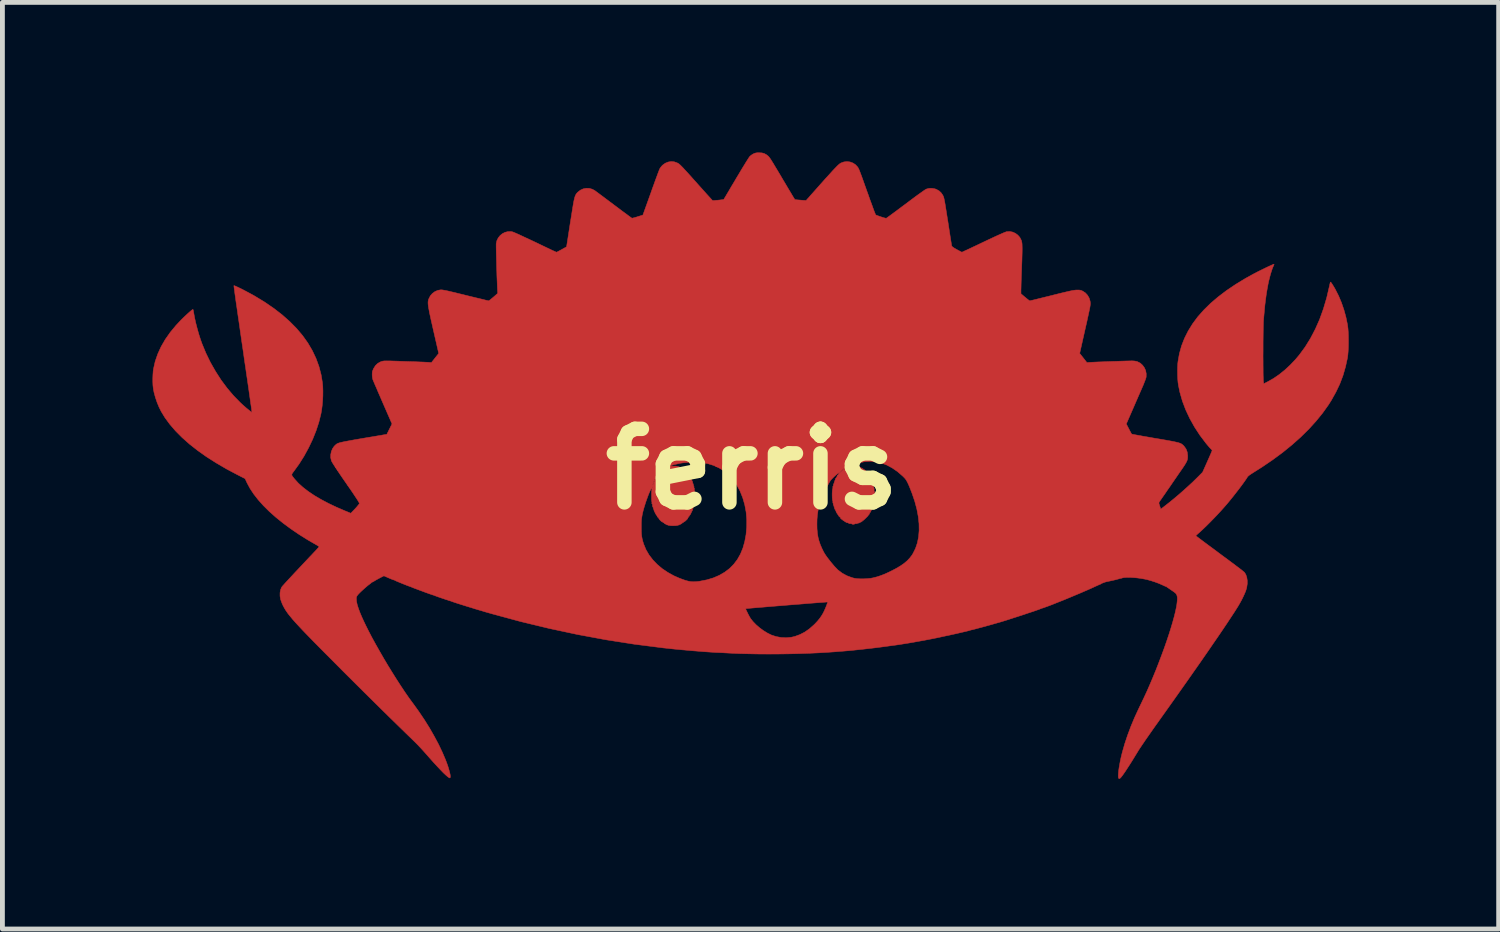
<source format=kicad_pcb>
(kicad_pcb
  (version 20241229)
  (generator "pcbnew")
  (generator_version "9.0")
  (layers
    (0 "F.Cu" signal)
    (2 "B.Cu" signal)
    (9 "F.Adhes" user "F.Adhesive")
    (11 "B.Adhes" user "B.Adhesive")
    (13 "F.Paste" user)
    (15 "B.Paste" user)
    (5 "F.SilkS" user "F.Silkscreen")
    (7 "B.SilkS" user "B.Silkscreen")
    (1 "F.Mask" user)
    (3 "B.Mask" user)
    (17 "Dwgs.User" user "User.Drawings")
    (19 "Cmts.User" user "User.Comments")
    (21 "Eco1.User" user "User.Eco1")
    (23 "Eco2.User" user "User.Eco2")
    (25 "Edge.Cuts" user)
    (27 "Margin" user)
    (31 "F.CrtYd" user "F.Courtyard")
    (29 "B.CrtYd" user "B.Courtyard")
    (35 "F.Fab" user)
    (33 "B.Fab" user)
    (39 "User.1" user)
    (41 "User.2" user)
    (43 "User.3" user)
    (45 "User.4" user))
  (footprint "ferris"
    (layer "F.Cu")
    (at 12.54 6.673)
    (property "Reference" "ferris" (at 0 0 0) (layer "F.SilkS") (effects (font (size 1.524 1.524) (thickness 0.3))))
    (attr through_hole)
    (fp_poly (pts (xy 0.202 -6.554) (xy 0.25 -6.541) (xy 0.293 -6.518) (xy 0.33 -6.489) (xy 0.337 -6.482) (xy 0.345 -6.473) (xy 0.354 -6.462) (xy 0.365 -6.448) (xy 0.378 -6.429) (xy 0.394 -6.405) (xy 0.413 -6.374) (xy 0.437 -6.336) (xy 0.465 -6.288) (xy 0.499 -6.232) (xy 0.54 -6.164) (xy 0.587 -6.085) (xy 0.641 -5.993) (xy 0.686 -5.918) (xy 0.739 -5.828) (xy 0.784 -5.753) (xy 0.821 -5.691) (xy 0.849 -5.644) (xy 0.869 -5.612) (xy 0.88 -5.593) (xy 0.884 -5.588) (xy 0.897 -5.585) (xy 0.922 -5.582) (xy 0.955 -5.579) (xy 0.993 -5.576) (xy 1.031 -5.573) (xy 1.067 -5.57) (xy 1.096 -5.569) (xy 1.114 -5.568) (xy 1.118 -5.569) (xy 1.126 -5.577) (xy 1.142 -5.596) (xy 1.166 -5.622) (xy 1.194 -5.654) (xy 1.203 -5.665) (xy 1.298 -5.771) (xy 1.381 -5.865) (xy 1.455 -5.948) (xy 1.52 -6.021) (xy 1.577 -6.083) (xy 1.626 -6.137) (xy 1.667 -6.183) (xy 1.703 -6.221) (xy 1.733 -6.252) (xy 1.758 -6.278) (xy 1.779 -6.298) (xy 1.796 -6.314) (xy 1.811 -6.326) (xy 1.824 -6.335) (xy 1.835 -6.342) (xy 1.84 -6.345) (xy 1.901 -6.367) (xy 1.964 -6.374) (xy 2.027 -6.367) (xy 2.087 -6.345) (xy 2.14 -6.311) (xy 2.184 -6.264) (xy 2.187 -6.259) (xy 2.193 -6.251) (xy 2.198 -6.242) (xy 2.204 -6.231) (xy 2.21 -6.218) (xy 2.218 -6.201) (xy 2.227 -6.178) (xy 2.238 -6.149) (xy 2.252 -6.112) (xy 2.269 -6.067) (xy 2.289 -6.011) (xy 2.313 -5.944) (xy 2.341 -5.865) (xy 2.374 -5.772) (xy 2.413 -5.665) (xy 2.413 -5.664) (xy 2.44 -5.587) (xy 2.467 -5.515) (xy 2.491 -5.449) (xy 2.512 -5.391) (xy 2.53 -5.342) (xy 2.545 -5.305) (xy 2.555 -5.28) (xy 2.56 -5.27) (xy 2.56 -5.27) (xy 2.571 -5.264) (xy 2.594 -5.255) (xy 2.626 -5.244) (xy 2.663 -5.231) (xy 2.7 -5.219) (xy 2.733 -5.209) (xy 2.76 -5.202) (xy 2.776 -5.199) (xy 2.776 -5.199) (xy 2.785 -5.203) (xy 2.805 -5.218) (xy 2.837 -5.24) (xy 2.879 -5.271) (xy 2.929 -5.308) (xy 2.986 -5.35) (xy 3.05 -5.398) (xy 3.118 -5.449) (xy 3.178 -5.493) (xy 3.272 -5.564) (xy 3.355 -5.626) (xy 3.428 -5.68) (xy 3.49 -5.724) (xy 3.539 -5.759) (xy 3.577 -5.785) (xy 3.602 -5.8) (xy 3.611 -5.805) (xy 3.668 -5.819) (xy 3.73 -5.82) (xy 3.789 -5.809) (xy 3.819 -5.798) (xy 3.874 -5.767) (xy 3.916 -5.728) (xy 3.951 -5.677) (xy 3.953 -5.674) (xy 3.958 -5.662) (xy 3.964 -5.65) (xy 3.969 -5.636) (xy 3.974 -5.618) (xy 3.979 -5.595) (xy 3.985 -5.566) (xy 3.992 -5.53) (xy 4 -5.484) (xy 4.009 -5.427) (xy 4.02 -5.359) (xy 4.033 -5.277) (xy 4.048 -5.18) (xy 4.056 -5.134) (xy 4.07 -5.044) (xy 4.083 -4.959) (xy 4.095 -4.881) (xy 4.106 -4.81) (xy 4.116 -4.748) (xy 4.124 -4.697) (xy 4.13 -4.659) (xy 4.134 -4.634) (xy 4.136 -4.626) (xy 4.144 -4.614) (xy 4.163 -4.598) (xy 4.195 -4.577) (xy 4.241 -4.551) (xy 4.278 -4.531) (xy 4.31 -4.514) (xy 4.333 -4.502) (xy 4.346 -4.496) (xy 4.347 -4.496) (xy 4.355 -4.499) (xy 4.378 -4.51) (xy 4.412 -4.526) (xy 4.459 -4.547) (xy 4.514 -4.573) (xy 4.579 -4.604) (xy 4.65 -4.637) (xy 4.727 -4.674) (xy 4.79 -4.704) (xy 4.902 -4.757) (xy 5 -4.803) (xy 5.082 -4.841) (xy 5.15 -4.871) (xy 5.204 -4.895) (xy 5.244 -4.911) (xy 5.269 -4.92) (xy 5.276 -4.921) (xy 5.338 -4.925) (xy 5.399 -4.913) (xy 5.456 -4.887) (xy 5.506 -4.85) (xy 5.548 -4.802) (xy 5.577 -4.745) (xy 5.58 -4.739) (xy 5.584 -4.723) (xy 5.588 -4.705) (xy 5.592 -4.684) (xy 5.594 -4.658) (xy 5.595 -4.625) (xy 5.596 -4.585) (xy 5.596 -4.536) (xy 5.595 -4.476) (xy 5.593 -4.405) (xy 5.591 -4.321) (xy 5.587 -4.223) (xy 5.584 -4.128) (xy 5.581 -4.05) (xy 5.578 -3.974) (xy 5.576 -3.904) (xy 5.574 -3.84) (xy 5.573 -3.786) (xy 5.572 -3.743) (xy 5.571 -3.715) (xy 5.571 -3.712) (xy 5.571 -3.635) (xy 5.657 -3.562) (xy 5.69 -3.535) (xy 5.719 -3.512) (xy 5.74 -3.496) (xy 5.752 -3.489) (xy 5.754 -3.488) (xy 5.763 -3.49) (xy 5.788 -3.496) (xy 5.826 -3.505) (xy 5.876 -3.517) (xy 5.936 -3.532) (xy 6.005 -3.549) (xy 6.082 -3.568) (xy 6.164 -3.588) (xy 6.211 -3.6) (xy 6.311 -3.625) (xy 6.395 -3.646) (xy 6.467 -3.663) (xy 6.526 -3.677) (xy 6.575 -3.688) (xy 6.615 -3.697) (xy 6.647 -3.703) (xy 6.674 -3.707) (xy 6.696 -3.71) (xy 6.715 -3.712) (xy 6.731 -3.712) (xy 6.77 -3.712) (xy 6.798 -3.709) (xy 6.823 -3.702) (xy 6.849 -3.69) (xy 6.851 -3.689) (xy 6.906 -3.653) (xy 6.95 -3.605) (xy 6.984 -3.547) (xy 7.004 -3.482) (xy 7.008 -3.449) (xy 7.009 -3.436) (xy 7.009 -3.421) (xy 7.007 -3.403) (xy 7.004 -3.379) (xy 6.999 -3.35) (xy 6.992 -3.313) (xy 6.982 -3.267) (xy 6.97 -3.211) (xy 6.955 -3.143) (xy 6.938 -3.063) (xy 6.916 -2.968) (xy 6.9 -2.897) (xy 6.788 -2.399) (xy 6.863 -2.304) (xy 6.937 -2.209) (xy 7.023 -2.214) (xy 7.059 -2.216) (xy 7.108 -2.218) (xy 7.168 -2.221) (xy 7.236 -2.223) (xy 7.311 -2.226) (xy 7.388 -2.229) (xy 7.468 -2.232) (xy 7.546 -2.234) (xy 7.621 -2.237) (xy 7.691 -2.239) (xy 7.753 -2.241) (xy 7.805 -2.242) (xy 7.844 -2.243) (xy 7.868 -2.244) (xy 7.921 -2.241) (xy 7.963 -2.234) (xy 7.987 -2.226) (xy 8.044 -2.197) (xy 8.091 -2.154) (xy 8.129 -2.102) (xy 8.155 -2.043) (xy 8.167 -1.979) (xy 8.166 -1.914) (xy 8.163 -1.896) (xy 8.156 -1.874) (xy 8.144 -1.84) (xy 8.127 -1.797) (xy 8.108 -1.748) (xy 8.086 -1.698) (xy 8.067 -1.654) (xy 8.042 -1.597) (xy 8.013 -1.531) (xy 7.982 -1.459) (xy 7.948 -1.382) (xy 7.915 -1.305) (xy 7.887 -1.241) (xy 7.754 -0.936) (xy 7.807 -0.834) (xy 7.826 -0.797) (xy 7.844 -0.764) (xy 7.857 -0.74) (xy 7.864 -0.728) (xy 7.865 -0.727) (xy 7.874 -0.724) (xy 7.898 -0.719) (xy 7.936 -0.712) (xy 7.986 -0.703) (xy 8.047 -0.692) (xy 8.117 -0.679) (xy 8.195 -0.666) (xy 8.279 -0.651) (xy 8.348 -0.639) (xy 8.456 -0.621) (xy 8.549 -0.605) (xy 8.627 -0.591) (xy 8.693 -0.579) (xy 8.748 -0.568) (xy 8.793 -0.558) (xy 8.829 -0.549) (xy 8.858 -0.54) (xy 8.881 -0.531) (xy 8.9 -0.521) (xy 8.915 -0.51) (xy 8.929 -0.498) (xy 8.942 -0.485) (xy 8.953 -0.473) (xy 8.993 -0.417) (xy 9.017 -0.353) (xy 9.026 -0.283) (xy 9.026 -0.28) (xy 9.026 -0.251) (xy 9.025 -0.226) (xy 9.021 -0.203) (xy 9.014 -0.179) (xy 9.003 -0.153) (xy 8.987 -0.124) (xy 8.965 -0.087) (xy 8.936 -0.043) (xy 8.899 0.011) (xy 8.858 0.07) (xy 8.816 0.131) (xy 8.768 0.201) (xy 8.717 0.275) (xy 8.667 0.349) (xy 8.62 0.416) (xy 8.603 0.44) (xy 8.568 0.492) (xy 8.534 0.541) (xy 8.503 0.585) (xy 8.478 0.622) (xy 8.459 0.648) (xy 8.449 0.663) (xy 8.434 0.686) (xy 8.43 0.704) (xy 8.433 0.718) (xy 8.439 0.739) (xy 8.449 0.769) (xy 8.454 0.785) (xy 8.468 0.83) (xy 8.57 0.751) (xy 8.655 0.684) (xy 8.748 0.608) (xy 8.845 0.526) (xy 8.942 0.441) (xy 9.037 0.355) (xy 9.127 0.272) (xy 9.208 0.193) (xy 9.259 0.142) (xy 9.336 0.064) (xy 9.435 -0.158) (xy 9.46 -0.215) (xy 9.483 -0.267) (xy 9.503 -0.312) (xy 9.518 -0.349) (xy 9.529 -0.374) (xy 9.533 -0.386) (xy 9.533 -0.387) (xy 9.528 -0.397) (xy 9.513 -0.413) (xy 9.503 -0.424) (xy 9.485 -0.442) (xy 9.461 -0.47) (xy 9.433 -0.503) (xy 9.407 -0.534) (xy 9.28 -0.702) (xy 9.167 -0.875) (xy 9.069 -1.051) (xy 8.985 -1.23) (xy 8.917 -1.41) (xy 8.865 -1.591) (xy 8.835 -1.736) (xy 8.826 -1.798) (xy 8.82 -1.872) (xy 8.817 -1.953) (xy 8.816 -2.036) (xy 8.817 -2.116) (xy 8.821 -2.188) (xy 8.826 -2.232) (xy 8.855 -2.396) (xy 8.9 -2.557) (xy 8.961 -2.713) (xy 9.037 -2.864) (xy 9.129 -3.013) (xy 9.236 -3.157) (xy 9.36 -3.297) (xy 9.5 -3.435) (xy 9.656 -3.568) (xy 9.828 -3.699) (xy 10.016 -3.826) (xy 10.221 -3.951) (xy 10.389 -4.044) (xy 10.436 -4.068) (xy 10.487 -4.095) (xy 10.542 -4.122) (xy 10.597 -4.149) (xy 10.65 -4.175) (xy 10.699 -4.198) (xy 10.743 -4.218) (xy 10.778 -4.234) (xy 10.803 -4.244) (xy 10.816 -4.248) (xy 10.817 -4.248) (xy 10.815 -4.239) (xy 10.808 -4.22) (xy 10.799 -4.201) (xy 10.782 -4.161) (xy 10.764 -4.107) (xy 10.744 -4.043) (xy 10.725 -3.973) (xy 10.707 -3.901) (xy 10.693 -3.836) (xy 10.674 -3.732) (xy 10.656 -3.626) (xy 10.641 -3.513) (xy 10.626 -3.393) (xy 10.614 -3.262) (xy 10.601 -3.117) (xy 10.598 -3.078) (xy 10.596 -3.044) (xy 10.595 -2.997) (xy 10.593 -2.938) (xy 10.592 -2.869) (xy 10.591 -2.792) (xy 10.59 -2.708) (xy 10.589 -2.62) (xy 10.589 -2.528) (xy 10.589 -2.435) (xy 10.588 -2.342) (xy 10.589 -2.252) (xy 10.589 -2.165) (xy 10.59 -2.083) (xy 10.59 -2.009) (xy 10.591 -1.943) (xy 10.593 -1.888) (xy 10.594 -1.846) (xy 10.596 -1.817) (xy 10.597 -1.806) (xy 10.604 -1.77) (xy 10.688 -1.813) (xy 10.805 -1.879) (xy 10.923 -1.96) (xy 11.04 -2.054) (xy 11.153 -2.159) (xy 11.261 -2.273) (xy 11.338 -2.364) (xy 11.46 -2.53) (xy 11.571 -2.709) (xy 11.671 -2.9) (xy 11.761 -3.103) (xy 11.839 -3.32) (xy 11.907 -3.549) (xy 11.964 -3.792) (xy 11.972 -3.829) (xy 11.978 -3.855) (xy 11.984 -3.873) (xy 11.987 -3.878) (xy 11.996 -3.87) (xy 12.011 -3.85) (xy 12.032 -3.817) (xy 12.059 -3.773) (xy 12.089 -3.721) (xy 12.089 -3.72) (xy 12.154 -3.592) (xy 12.213 -3.452) (xy 12.264 -3.304) (xy 12.306 -3.151) (xy 12.338 -2.997) (xy 12.342 -2.968) (xy 12.349 -2.913) (xy 12.354 -2.844) (xy 12.357 -2.766) (xy 12.358 -2.683) (xy 12.358 -2.597) (xy 12.356 -2.514) (xy 12.352 -2.436) (xy 12.346 -2.367) (xy 12.339 -2.311) (xy 12.338 -2.305) (xy 12.297 -2.118) (xy 12.245 -1.939) (xy 12.179 -1.765) (xy 12.098 -1.595) (xy 12.003 -1.425) (xy 11.942 -1.329) (xy 11.822 -1.161) (xy 11.686 -0.994) (xy 11.535 -0.828) (xy 11.369 -0.664) (xy 11.188 -0.503) (xy 10.995 -0.346) (xy 10.788 -0.193) (xy 10.569 -0.044) (xy 10.406 0.059) (xy 10.348 0.096) (xy 10.305 0.125) (xy 10.278 0.148) (xy 10.267 0.16) (xy 10.245 0.196) (xy 10.213 0.242) (xy 10.174 0.297) (xy 10.129 0.358) (xy 10.079 0.424) (xy 10.026 0.492) (xy 9.973 0.56) (xy 9.92 0.626) (xy 9.869 0.688) (xy 9.839 0.724) (xy 9.777 0.795) (xy 9.709 0.871) (xy 9.636 0.95) (xy 9.561 1.028) (xy 9.486 1.105) (xy 9.414 1.177) (xy 9.347 1.241) (xy 9.287 1.297) (xy 9.255 1.325) (xy 9.229 1.348) (xy 9.209 1.367) (xy 9.197 1.379) (xy 9.195 1.381) (xy 9.202 1.387) (xy 9.221 1.402) (xy 9.252 1.425) (xy 9.293 1.456) (xy 9.343 1.494) (xy 9.402 1.538) (xy 9.468 1.587) (xy 9.54 1.64) (xy 9.617 1.697) (xy 9.686 1.749) (xy 9.767 1.809) (xy 9.845 1.866) (xy 9.918 1.921) (xy 9.986 1.971) (xy 10.046 2.017) (xy 10.098 2.056) (xy 10.141 2.089) (xy 10.173 2.115) (xy 10.194 2.132) (xy 10.202 2.138) (xy 10.231 2.184) (xy 10.251 2.241) (xy 10.261 2.307) (xy 10.261 2.379) (xy 10.25 2.454) (xy 10.244 2.477) (xy 10.23 2.523) (xy 10.207 2.579) (xy 10.178 2.643) (xy 10.144 2.712) (xy 10.106 2.781) (xy 10.067 2.848) (xy 10.058 2.862) (xy 9.998 2.957) (xy 9.927 3.065) (xy 9.847 3.187) (xy 9.756 3.322) (xy 9.655 3.471) (xy 9.544 3.632) (xy 9.424 3.807) (xy 9.293 3.996) (xy 9.152 4.197) (xy 9.002 4.411) (xy 8.841 4.639) (xy 8.671 4.879) (xy 8.491 5.132) (xy 8.365 5.309) (xy 8.309 5.388) (xy 8.254 5.467) (xy 8.2 5.544) (xy 8.149 5.617) (xy 8.103 5.685) (xy 8.062 5.746) (xy 8.027 5.798) (xy 8.001 5.839) (xy 7.989 5.859) (xy 7.932 5.952) (xy 7.878 6.04) (xy 7.827 6.121) (xy 7.779 6.195) (xy 7.737 6.26) (xy 7.699 6.315) (xy 7.668 6.358) (xy 7.644 6.388) (xy 7.639 6.394) (xy 7.618 6.413) (xy 7.603 6.416) (xy 7.594 6.403) (xy 7.59 6.389) (xy 7.588 6.358) (xy 7.59 6.313) (xy 7.595 6.257) (xy 7.604 6.192) (xy 7.616 6.121) (xy 7.63 6.046) (xy 7.647 5.969) (xy 7.665 5.894) (xy 7.672 5.867) (xy 7.723 5.689) (xy 7.782 5.513) (xy 7.849 5.334) (xy 7.925 5.151) (xy 8.013 4.961) (xy 8.058 4.868) (xy 8.12 4.738) (xy 8.184 4.6) (xy 8.247 4.456) (xy 8.309 4.309) (xy 8.371 4.158) (xy 8.43 4.006) (xy 8.487 3.855) (xy 8.542 3.706) (xy 8.593 3.56) (xy 8.64 3.419) (xy 8.682 3.285) (xy 8.719 3.159) (xy 8.751 3.043) (xy 8.776 2.938) (xy 8.795 2.846) (xy 8.801 2.81) (xy 8.808 2.75) (xy 8.812 2.703) (xy 8.812 2.666) (xy 8.808 2.636) (xy 8.802 2.614) (xy 8.795 2.598) (xy 8.786 2.584) (xy 8.772 2.569) (xy 8.751 2.552) (xy 8.72 2.53) (xy 8.678 2.501) (xy 8.67 2.496) (xy 8.639 2.474) (xy 8.612 2.456) (xy 8.593 2.443) (xy 8.587 2.438) (xy 8.578 2.433) (xy 8.577 2.434) (xy 8.57 2.432) (xy 8.551 2.424) (xy 8.523 2.411) (xy 8.499 2.4) (xy 8.431 2.37) (xy 8.353 2.341) (xy 8.27 2.314) (xy 8.188 2.291) (xy 8.132 2.279) (xy 8.06 2.266) (xy 7.986 2.256) (xy 7.913 2.249) (xy 7.843 2.245) (xy 7.78 2.244) (xy 7.726 2.246) (xy 7.685 2.252) (xy 7.671 2.256) (xy 7.648 2.263) (xy 7.633 2.266) (xy 7.63 2.265) (xy 7.621 2.265) (xy 7.617 2.268) (xy 7.605 2.273) (xy 7.579 2.28) (xy 7.544 2.29) (xy 7.502 2.3) (xy 7.457 2.31) (xy 7.411 2.32) (xy 7.369 2.329) (xy 7.366 2.329) (xy 7.332 2.337) (xy 7.299 2.347) (xy 7.28 2.355) (xy 7.26 2.363) (xy 7.246 2.365) (xy 7.244 2.365) (xy 7.239 2.366) (xy 7.239 2.368) (xy 7.232 2.378) (xy 7.224 2.382) (xy 7.212 2.387) (xy 7.187 2.397) (xy 7.153 2.413) (xy 7.111 2.431) (xy 7.078 2.447) (xy 7.019 2.474) (xy 6.951 2.504) (xy 6.876 2.536) (xy 6.796 2.571) (xy 6.712 2.606) (xy 6.626 2.642) (xy 6.54 2.678) (xy 6.455 2.713) (xy 6.372 2.746) (xy 6.294 2.777) (xy 6.222 2.806) (xy 6.157 2.831) (xy 6.102 2.851) (xy 6.058 2.867) (xy 6.027 2.878) (xy 6.011 2.882) (xy 5.994 2.887) (xy 5.981 2.893) (xy 5.967 2.899) (xy 5.939 2.91) (xy 5.898 2.924) (xy 5.847 2.942) (xy 5.787 2.962) (xy 5.72 2.984) (xy 5.649 3.008) (xy 5.574 3.033) (xy 5.499 3.057) (xy 5.424 3.081) (xy 5.353 3.104) (xy 5.285 3.126) (xy 5.225 3.145) (xy 5.172 3.161) (xy 5.139 3.171) (xy 5.082 3.187) (xy 5.019 3.205) (xy 4.953 3.224) (xy 4.885 3.243) (xy 4.817 3.262) (xy 4.753 3.279) (xy 4.693 3.295) (xy 4.641 3.309) (xy 4.599 3.32) (xy 4.568 3.328) (xy 4.551 3.331) (xy 4.551 3.331) (xy 4.53 3.336) (xy 4.521 3.339) (xy 4.504 3.344) (xy 4.472 3.353) (xy 4.427 3.364) (xy 4.371 3.377) (xy 4.306 3.392) (xy 4.234 3.409) (xy 4.156 3.426) (xy 4.076 3.444) (xy 3.993 3.461) (xy 3.912 3.479) (xy 3.832 3.496) (xy 3.757 3.511) (xy 3.687 3.525) (xy 3.641 3.534) (xy 3.541 3.553) (xy 3.438 3.571) (xy 3.335 3.59) (xy 3.234 3.607) (xy 3.14 3.622) (xy 3.053 3.636) (xy 2.978 3.647) (xy 2.925 3.654) (xy 2.894 3.658) (xy 2.866 3.662) (xy 2.857 3.663) (xy 2.77 3.675) (xy 2.673 3.688) (xy 2.571 3.701) (xy 2.464 3.714) (xy 2.357 3.726) (xy 2.253 3.738) (xy 2.153 3.748) (xy 2.06 3.758) (xy 1.979 3.765) (xy 1.91 3.771) (xy 1.897 3.772) (xy 1.861 3.775) (xy 1.815 3.778) (xy 1.766 3.782) (xy 1.736 3.785) (xy 1.564 3.797) (xy 1.378 3.808) (xy 1.181 3.817) (xy 0.976 3.824) (xy 0.766 3.829) (xy 0.553 3.832) (xy 0.34 3.833) (xy 0.13 3.832) (xy -0.073 3.828) (xy -0.268 3.823) (xy -0.45 3.815) (xy -0.563 3.809) (xy -0.612 3.806) (xy -0.657 3.804) (xy -0.693 3.802) (xy -0.719 3.801) (xy -0.728 3.801) (xy -0.743 3.801) (xy -0.773 3.799) (xy -0.814 3.796) (xy -0.865 3.793) (xy -0.922 3.789) (xy -0.984 3.785) (xy -1.047 3.78) (xy -1.11 3.775) (xy -1.169 3.77) (xy -1.223 3.766) (xy -1.269 3.762) (xy -1.303 3.759) (xy -1.308 3.758) (xy -1.345 3.755) (xy -1.377 3.752) (xy -1.399 3.75) (xy -1.405 3.749) (xy -1.421 3.748) (xy -1.451 3.746) (xy -1.492 3.742) (xy -1.541 3.737) (xy -1.595 3.732) (xy -1.652 3.726) (xy -1.709 3.72) (xy -1.763 3.714) (xy -1.811 3.709) (xy -1.851 3.705) (xy -1.855 3.704) (xy -2.443 3.629) (xy -3.031 3.537) (xy -3.62 3.428) (xy -4.209 3.302) (xy -4.798 3.16) (xy -5.389 3) (xy -5.474 2.976) (xy -5.534 2.959) (xy -5.602 2.938) (xy -5.675 2.917) (xy -5.751 2.894) (xy -5.757 2.892) (xy -0.134 2.892) (xy -0.133 2.901) (xy -0.125 2.921) (xy -0.111 2.95) (xy -0.095 2.983) (xy -0.077 3.019) (xy -0.059 3.052) (xy -0.043 3.08) (xy -0.033 3.097) (xy 0.018 3.161) (xy 0.081 3.226) (xy 0.154 3.289) (xy 0.233 3.347) (xy 0.314 3.397) (xy 0.393 3.436) (xy 0.398 3.439) (xy 0.497 3.471) (xy 0.601 3.49) (xy 0.706 3.495) (xy 0.81 3.485) (xy 0.884 3.468) (xy 0.99 3.429) (xy 1.089 3.378) (xy 1.184 3.312) (xy 1.276 3.231) (xy 1.301 3.207) (xy 1.356 3.148) (xy 1.4 3.094) (xy 1.437 3.041) (xy 1.471 2.984) (xy 1.495 2.935) (xy 1.511 2.899) (xy 1.527 2.861) (xy 1.542 2.824) (xy 1.553 2.792) (xy 1.561 2.768) (xy 1.564 2.755) (xy 1.563 2.754) (xy 1.555 2.754) (xy 1.53 2.756) (xy 1.492 2.759) (xy 1.441 2.763) (xy 1.379 2.767) (xy 1.307 2.773) (xy 1.226 2.779) (xy 1.138 2.786) (xy 1.044 2.794) (xy 0.945 2.802) (xy 0.843 2.81) (xy 0.74 2.818) (xy 0.637 2.827) (xy 0.534 2.835) (xy 0.434 2.843) (xy 0.337 2.851) (xy 0.246 2.859) (xy 0.161 2.866) (xy 0.085 2.872) (xy 0.017 2.878) (xy -0.04 2.883) (xy -0.084 2.887) (xy -0.116 2.89) (xy -0.132 2.891) (xy -0.134 2.892) (xy -5.757 2.892) (xy -5.828 2.87) (xy -5.904 2.847) (xy -5.977 2.824) (xy -6.044 2.803) (xy -6.105 2.784) (xy -6.156 2.767) (xy -6.195 2.754) (xy -6.222 2.745) (xy -6.228 2.742) (xy -6.25 2.734) (xy -6.266 2.729) (xy -6.284 2.725) (xy -6.304 2.717) (xy -6.322 2.711) (xy -6.331 2.708) (xy -6.331 2.708) (xy -6.34 2.706) (xy -6.361 2.699) (xy -6.392 2.688) (xy -6.428 2.676) (xy -6.467 2.663) (xy -6.504 2.65) (xy -6.537 2.638) (xy -6.562 2.629) (xy -6.574 2.624) (xy -6.595 2.616) (xy -6.61 2.611) (xy -6.61 2.611) (xy -6.624 2.607) (xy -6.65 2.598) (xy -6.688 2.585) (xy -6.733 2.569) (xy -6.783 2.551) (xy -6.836 2.531) (xy -6.89 2.511) (xy -6.941 2.492) (xy -6.987 2.475) (xy -7.026 2.46) (xy -7.055 2.448) (xy -7.071 2.441) (xy -7.074 2.44) (xy -7.09 2.434) (xy -7.092 2.433) (xy -7.105 2.429) (xy -7.13 2.42) (xy -7.164 2.407) (xy -7.204 2.391) (xy -7.247 2.374) (xy -7.291 2.356) (xy -7.332 2.339) (xy -7.368 2.324) (xy -7.395 2.312) (xy -7.41 2.304) (xy -7.413 2.302) (xy -7.422 2.297) (xy -7.424 2.298) (xy -7.433 2.296) (xy -7.455 2.288) (xy -7.486 2.276) (xy -7.524 2.26) (xy -7.531 2.257) (xy -7.633 2.212) (xy -7.698 2.245) (xy -7.738 2.266) (xy -7.78 2.289) (xy -7.817 2.31) (xy -7.819 2.312) (xy -7.846 2.328) (xy -7.868 2.34) (xy -7.881 2.345) (xy -7.882 2.345) (xy -7.892 2.351) (xy -7.892 2.352) (xy -7.9 2.361) (xy -7.917 2.375) (xy -7.929 2.384) (xy -7.96 2.407) (xy -7.997 2.438) (xy -8.037 2.473) (xy -8.077 2.509) (xy -8.115 2.544) (xy -8.146 2.575) (xy -8.168 2.599) (xy -8.174 2.605) (xy -8.192 2.631) (xy -8.201 2.652) (xy -8.204 2.678) (xy -8.204 2.692) (xy -8.2 2.744) (xy -8.187 2.806) (xy -8.164 2.88) (xy -8.133 2.965) (xy -8.092 3.063) (xy -8.041 3.174) (xy -8.014 3.23) (xy -7.952 3.354) (xy -7.883 3.487) (xy -7.806 3.627) (xy -7.724 3.772) (xy -7.639 3.92) (xy -7.551 4.068) (xy -7.461 4.214) (xy -7.372 4.356) (xy -7.284 4.492) (xy -7.199 4.62) (xy -7.118 4.737) (xy -7.042 4.841) (xy -7.031 4.855) (xy -6.913 5.019) (xy -6.799 5.188) (xy -6.691 5.36) (xy -6.592 5.533) (xy -6.501 5.703) (xy -6.422 5.869) (xy -6.356 6.024) (xy -6.328 6.098) (xy -6.304 6.167) (xy -6.285 6.23) (xy -6.27 6.286) (xy -6.26 6.332) (xy -6.256 6.368) (xy -6.258 6.391) (xy -6.266 6.401) (xy -6.268 6.401) (xy -6.285 6.394) (xy -6.313 6.374) (xy -6.351 6.341) (xy -6.4 6.295) (xy -6.458 6.235) (xy -6.527 6.162) (xy -6.606 6.076) (xy -6.695 5.976) (xy -6.783 5.876) (xy -6.826 5.828) (xy -6.874 5.776) (xy -6.921 5.726) (xy -6.965 5.681) (xy -6.995 5.651) (xy -7.164 5.487) (xy -7.332 5.323) (xy -7.501 5.158) (xy -7.671 4.991) (xy -7.845 4.819) (xy -8.025 4.641) (xy -8.212 4.455) (xy -8.408 4.26) (xy -8.493 4.175) (xy -8.632 4.035) (xy -8.759 3.907) (xy -8.876 3.79) (xy -8.982 3.683) (xy -9.079 3.585) (xy -9.166 3.495) (xy -9.244 3.415) (xy -9.315 3.341) (xy -9.377 3.275) (xy -9.433 3.215) (xy -9.482 3.161) (xy -9.525 3.112) (xy -9.562 3.067) (xy -9.595 3.027) (xy -9.624 2.99) (xy -9.648 2.955) (xy -9.67 2.923) (xy -9.689 2.892) (xy -9.705 2.863) (xy -9.721 2.833) (xy -9.729 2.817) (xy -9.746 2.778) (xy -9.761 2.738) (xy -9.773 2.703) (xy -9.775 2.697) (xy -9.786 2.631) (xy -9.786 2.566) (xy -9.776 2.506) (xy -9.756 2.455) (xy -9.747 2.44) (xy -9.736 2.426) (xy -9.714 2.402) (xy -9.683 2.367) (xy -9.642 2.322) (xy -9.592 2.268) (xy -9.535 2.207) (xy -9.471 2.138) (xy -9.401 2.064) (xy -9.326 1.984) (xy -9.246 1.899) (xy -9.163 1.811) (xy -9.143 1.791) (xy -9.092 1.736) (xy -9.049 1.691) (xy -9.015 1.654) (xy -8.992 1.628) (xy -8.979 1.613) (xy -8.977 1.609) (xy -8.982 1.602) (xy -8.998 1.591) (xy -9.01 1.583) (xy -9.206 1.47) (xy -9.39 1.355) (xy -9.563 1.237) (xy -9.616 1.198) (xy -2.298 1.198) (xy -2.298 1.275) (xy -2.295 1.339) (xy -2.289 1.394) (xy -2.28 1.445) (xy -2.267 1.496) (xy -2.25 1.551) (xy -2.248 1.556) (xy -2.201 1.67) (xy -2.138 1.778) (xy -2.06 1.88) (xy -1.969 1.975) (xy -1.865 2.063) (xy -1.749 2.141) (xy -1.622 2.211) (xy -1.518 2.257) (xy -1.442 2.286) (xy -1.378 2.308) (xy -1.321 2.323) (xy -1.27 2.332) (xy -1.219 2.335) (xy -1.166 2.333) (xy -1.107 2.327) (xy -1.089 2.324) (xy -0.94 2.295) (xy -0.804 2.254) (xy -0.681 2.201) (xy -0.569 2.136) (xy -0.469 2.06) (xy -0.382 1.972) (xy -0.306 1.872) (xy -0.243 1.76) (xy -0.192 1.636) (xy -0.154 1.501) (xy -0.127 1.355) (xy -0.114 1.202) (xy -0.113 1.139) (xy 1.342 1.139) (xy 1.344 1.24) (xy 1.352 1.329) (xy 1.365 1.411) (xy 1.385 1.488) (xy 1.412 1.566) (xy 1.448 1.65) (xy 1.452 1.656) (xy 1.47 1.694) (xy 1.488 1.729) (xy 1.508 1.762) (xy 1.531 1.796) (xy 1.558 1.834) (xy 1.591 1.876) (xy 1.631 1.927) (xy 1.681 1.987) (xy 1.7 2.01) (xy 1.777 2.09) (xy 1.866 2.157) (xy 1.963 2.21) (xy 2.068 2.249) (xy 2.117 2.262) (xy 2.172 2.27) (xy 2.239 2.274) (xy 2.311 2.274) (xy 2.385 2.27) (xy 2.455 2.263) (xy 2.508 2.253) (xy 2.589 2.232) (xy 2.668 2.206) (xy 2.75 2.174) (xy 2.839 2.133) (xy 2.874 2.116) (xy 2.98 2.061) (xy 3.07 2.008) (xy 3.147 1.955) (xy 3.212 1.9) (xy 3.266 1.843) (xy 3.312 1.783) (xy 3.332 1.75) (xy 3.385 1.644) (xy 3.424 1.529) (xy 3.449 1.404) (xy 3.46 1.272) (xy 3.458 1.131) (xy 3.442 0.983) (xy 3.413 0.829) (xy 3.37 0.668) (xy 3.313 0.501) (xy 3.276 0.406) (xy 3.251 0.345) (xy 3.229 0.296) (xy 3.21 0.258) (xy 3.192 0.227) (xy 3.173 0.2) (xy 3.151 0.176) (xy 3.125 0.15) (xy 3.122 0.147) (xy 3.014 0.053) (xy 2.904 -0.023) (xy 2.793 -0.083) (xy 2.68 -0.126) (xy 2.565 -0.152) (xy 2.449 -0.161) (xy 2.33 -0.153) (xy 2.21 -0.129) (xy 2.144 -0.109) (xy 2.108 -0.096) (xy 2.086 -0.088) (xy 2.077 -0.083) (xy 2.078 -0.08) (xy 2.09 -0.078) (xy 2.095 -0.078) (xy 2.12 -0.074) (xy 2.137 -0.068) (xy 2.14 -0.066) (xy 2.156 -0.061) (xy 2.163 -0.062) (xy 2.176 -0.062) (xy 2.18 -0.059) (xy 2.191 -0.055) (xy 2.197 -0.056) (xy 2.208 -0.056) (xy 2.21 -0.051) (xy 2.215 -0.045) (xy 2.218 -0.047) (xy 2.226 -0.046) (xy 2.227 -0.042) (xy 2.232 -0.037) (xy 2.235 -0.038) (xy 2.243 -0.037) (xy 2.244 -0.034) (xy 2.249 -0.028) (xy 2.252 -0.03) (xy 2.26 -0.028) (xy 2.261 -0.024) (xy 2.264 -0.018) (xy 2.266 -0.02) (xy 2.275 -0.018) (xy 2.284 -0.01) (xy 2.291 -0.003) (xy 2.29 -0.008) (xy 2.291 -0.011) (xy 2.301 -0.002) (xy 2.307 0.004) (xy 2.32 0.017) (xy 2.325 0.021) (xy 2.324 0.019) (xy 2.321 0.01) (xy 2.326 0.012) (xy 2.34 0.025) (xy 2.358 0.044) (xy 2.373 0.061) (xy 2.379 0.069) (xy 2.375 0.068) (xy 2.37 0.066) (xy 2.376 0.074) (xy 2.383 0.081) (xy 2.399 0.097) (xy 2.406 0.11) (xy 2.407 0.112) (xy 2.411 0.121) (xy 2.417 0.124) (xy 2.426 0.132) (xy 2.425 0.136) (xy 2.427 0.145) (xy 2.434 0.149) (xy 2.443 0.157) (xy 2.442 0.162) (xy 2.444 0.169) (xy 2.447 0.169) (xy 2.452 0.174) (xy 2.451 0.178) (xy 2.452 0.186) (xy 2.455 0.186) (xy 2.461 0.191) (xy 2.46 0.195) (xy 2.461 0.203) (xy 2.464 0.203) (xy 2.469 0.208) (xy 2.468 0.212) (xy 2.469 0.219) (xy 2.472 0.22) (xy 2.477 0.226) (xy 2.475 0.233) (xy 2.476 0.244) (xy 2.48 0.246) (xy 2.486 0.251) (xy 2.485 0.254) (xy 2.486 0.262) (xy 2.49 0.262) (xy 2.496 0.269) (xy 2.495 0.275) (xy 2.495 0.286) (xy 2.499 0.288) (xy 2.503 0.294) (xy 2.502 0.305) (xy 2.501 0.319) (xy 2.506 0.322) (xy 2.513 0.328) (xy 2.512 0.334) (xy 2.512 0.348) (xy 2.515 0.352) (xy 2.52 0.363) (xy 2.519 0.373) (xy 2.519 0.388) (xy 2.523 0.394) (xy 2.528 0.406) (xy 2.527 0.427) (xy 2.526 0.449) (xy 2.531 0.461) (xy 2.535 0.472) (xy 2.539 0.496) (xy 2.54 0.53) (xy 2.54 0.533) (xy 2.539 0.568) (xy 2.536 0.593) (xy 2.531 0.606) (xy 2.531 0.606) (xy 2.526 0.618) (xy 2.527 0.64) (xy 2.528 0.662) (xy 2.523 0.669) (xy 2.516 0.676) (xy 2.518 0.69) (xy 2.519 0.707) (xy 2.515 0.715) (xy 2.51 0.726) (xy 2.512 0.733) (xy 2.511 0.743) (xy 2.506 0.745) (xy 2.5 0.751) (xy 2.501 0.757) (xy 2.5 0.771) (xy 2.497 0.775) (xy 2.492 0.785) (xy 2.493 0.787) (xy 2.492 0.798) (xy 2.489 0.8) (xy 2.484 0.81) (xy 2.485 0.813) (xy 2.484 0.821) (xy 2.481 0.821) (xy 2.475 0.826) (xy 2.476 0.829) (xy 2.475 0.84) (xy 2.472 0.842) (xy 2.467 0.853) (xy 2.468 0.856) (xy 2.467 0.863) (xy 2.464 0.864) (xy 2.458 0.869) (xy 2.46 0.872) (xy 2.459 0.88) (xy 2.455 0.881) (xy 2.45 0.885) (xy 2.451 0.888) (xy 2.448 0.897) (xy 2.442 0.901) (xy 2.433 0.909) (xy 2.434 0.914) (xy 2.433 0.922) (xy 2.43 0.923) (xy 2.424 0.928) (xy 2.425 0.931) (xy 2.423 0.941) (xy 2.415 0.947) (xy 2.406 0.954) (xy 2.407 0.956) (xy 2.404 0.962) (xy 2.392 0.977) (xy 2.371 0.998) (xy 2.356 1.013) (xy 2.331 1.037) (xy 2.31 1.056) (xy 2.296 1.067) (xy 2.292 1.068) (xy 2.284 1.073) (xy 2.281 1.079) (xy 2.273 1.088) (xy 2.268 1.087) (xy 2.261 1.089) (xy 2.261 1.092) (xy 2.255 1.098) (xy 2.252 1.096) (xy 2.244 1.097) (xy 2.244 1.101) (xy 2.239 1.106) (xy 2.235 1.105) (xy 2.227 1.106) (xy 2.227 1.109) (xy 2.222 1.115) (xy 2.219 1.114) (xy 2.208 1.115) (xy 2.206 1.117) (xy 2.195 1.122) (xy 2.188 1.121) (xy 2.178 1.121) (xy 2.176 1.125) (xy 2.169 1.131) (xy 2.156 1.13) (xy 2.138 1.129) (xy 2.13 1.134) (xy 2.118 1.14) (xy 2.098 1.143) (xy 2.095 1.143) (xy 2.074 1.141) (xy 2.062 1.135) (xy 2.061 1.134) (xy 2.05 1.129) (xy 2.035 1.13) (xy 2.019 1.131) (xy 2.015 1.125) (xy 2.009 1.12) (xy 2.002 1.121) (xy 1.991 1.12) (xy 1.99 1.116) (xy 1.983 1.111) (xy 1.977 1.112) (xy 1.966 1.112) (xy 1.964 1.108) (xy 1.959 1.104) (xy 1.956 1.105) (xy 1.948 1.104) (xy 1.947 1.101) (xy 1.942 1.095) (xy 1.939 1.096) (xy 1.931 1.096) (xy 1.93 1.093) (xy 1.925 1.086) (xy 1.923 1.086) (xy 1.912 1.082) (xy 1.901 1.071) (xy 1.893 1.063) (xy 1.893 1.067) (xy 1.891 1.068) (xy 1.88 1.059) (xy 1.867 1.046) (xy 1.852 1.03) (xy 1.845 1.025) (xy 1.847 1.029) (xy 1.854 1.04) (xy 1.851 1.039) (xy 1.844 1.034) (xy 1.834 1.022) (xy 1.833 1.015) (xy 1.83 1.006) (xy 1.817 0.993) (xy 1.812 0.99) (xy 1.797 0.976) (xy 1.791 0.965) (xy 1.792 0.964) (xy 1.789 0.955) (xy 1.783 0.952) (xy 1.774 0.944) (xy 1.774 0.939) (xy 1.772 0.93) (xy 1.766 0.926) (xy 1.757 0.918) (xy 1.757 0.914) (xy 1.756 0.906) (xy 1.753 0.906) (xy 1.747 0.901) (xy 1.748 0.897) (xy 1.747 0.89) (xy 1.744 0.889) (xy 1.738 0.884) (xy 1.739 0.881) (xy 1.738 0.87) (xy 1.732 0.861) (xy 1.724 0.849) (xy 1.725 0.843) (xy 1.723 0.839) (xy 1.72 0.838) (xy 1.713 0.833) (xy 1.714 0.83) (xy 1.714 0.822) (xy 1.711 0.821) (xy 1.706 0.815) (xy 1.707 0.809) (xy 1.707 0.798) (xy 1.703 0.796) (xy 1.698 0.79) (xy 1.699 0.783) (xy 1.698 0.772) (xy 1.695 0.77) (xy 1.689 0.764) (xy 1.69 0.759) (xy 1.689 0.745) (xy 1.685 0.741) (xy 1.68 0.731) (xy 1.681 0.727) (xy 1.681 0.715) (xy 1.676 0.707) (xy 1.671 0.693) (xy 1.672 0.686) (xy 1.673 0.672) (xy 1.671 0.667) (xy 1.666 0.651) (xy 1.662 0.622) (xy 1.659 0.585) (xy 1.658 0.543) (xy 1.658 0.501) (xy 1.66 0.462) (xy 1.663 0.429) (xy 1.667 0.408) (xy 1.67 0.402) (xy 1.673 0.389) (xy 1.671 0.376) (xy 1.671 0.36) (xy 1.676 0.356) (xy 1.682 0.349) (xy 1.681 0.339) (xy 1.68 0.325) (xy 1.685 0.322) (xy 1.691 0.316) (xy 1.69 0.309) (xy 1.691 0.298) (xy 1.695 0.296) (xy 1.7 0.29) (xy 1.699 0.284) (xy 1.699 0.273) (xy 1.703 0.271) (xy 1.708 0.265) (xy 1.707 0.258) (xy 1.707 0.247) (xy 1.711 0.246) (xy 1.716 0.24) (xy 1.714 0.237) (xy 1.715 0.229) (xy 1.718 0.229) (xy 1.723 0.222) (xy 1.722 0.216) (xy 1.722 0.205) (xy 1.727 0.203) (xy 1.733 0.199) (xy 1.732 0.196) (xy 1.734 0.187) (xy 1.74 0.183) (xy 1.749 0.175) (xy 1.748 0.169) (xy 1.75 0.162) (xy 1.754 0.161) (xy 1.76 0.158) (xy 1.758 0.155) (xy 1.76 0.147) (xy 1.768 0.138) (xy 1.775 0.13) (xy 1.77 0.131) (xy 1.766 0.131) (xy 1.774 0.123) (xy 1.787 0.111) (xy 1.791 0.103) (xy 1.797 0.092) (xy 1.814 0.074) (xy 1.839 0.051) (xy 1.869 0.027) (xy 1.9 0.003) (xy 1.929 -0.017) (xy 1.954 -0.032) (xy 1.958 -0.034) (xy 1.982 -0.047) (xy 1.997 -0.055) (xy 2 -0.059) (xy 1.999 -0.059) (xy 1.98 -0.054) (xy 1.952 -0.041) (xy 1.92 -0.021) (xy 1.887 0.001) (xy 1.859 0.025) (xy 1.848 0.035) (xy 1.827 0.056) (xy 1.809 0.071) (xy 1.799 0.076) (xy 1.787 0.082) (xy 1.766 0.097) (xy 1.739 0.12) (xy 1.709 0.146) (xy 1.679 0.175) (xy 1.652 0.203) (xy 1.63 0.227) (xy 1.619 0.242) (xy 1.598 0.277) (xy 1.572 0.324) (xy 1.543 0.378) (xy 1.514 0.437) (xy 1.487 0.495) (xy 1.463 0.549) (xy 1.444 0.595) (xy 1.443 0.597) (xy 1.409 0.695) (xy 1.382 0.785) (xy 1.363 0.869) (xy 1.351 0.954) (xy 1.344 1.043) (xy 1.342 1.139) (xy -0.113 1.139) (xy -0.113 1.045) (xy -0.126 0.889) (xy -0.154 0.739) (xy -0.196 0.594) (xy -0.25 0.459) (xy -0.254 0.45) (xy -0.321 0.327) (xy -0.397 0.219) (xy -0.482 0.124) (xy -0.577 0.044) (xy -0.681 -0.022) (xy -0.766 -0.061) (xy 2.027 -0.061) (xy 2.036 -0.06) (xy 2.047 -0.061) (xy 2.047 -0.064) (xy 2.035 -0.066) (xy 2.03 -0.065) (xy 2.027 -0.061) (xy -0.766 -0.061) (xy -0.795 -0.075) (xy -0.918 -0.113) (xy -1.007 -0.132) (xy -1.063 -0.138) (xy -1.132 -0.142) (xy -1.208 -0.143) (xy -1.287 -0.141) (xy -1.364 -0.137) (xy -1.435 -0.13) (xy -1.495 -0.121) (xy -1.499 -0.12) (xy -1.565 -0.105) (xy -1.619 -0.093) (xy -1.659 -0.082) (xy -1.684 -0.074) (xy -1.693 -0.067) (xy -1.693 -0.067) (xy -1.686 -0.064) (xy -1.665 -0.062) (xy -1.636 -0.062) (xy -1.629 -0.062) (xy -1.598 -0.063) (xy -1.574 -0.061) (xy -1.562 -0.059) (xy -1.561 -0.058) (xy -1.551 -0.055) (xy -1.545 -0.056) (xy -1.534 -0.056) (xy -1.532 -0.052) (xy -1.526 -0.047) (xy -1.52 -0.048) (xy -1.509 -0.047) (xy -1.507 -0.043) (xy -1.502 -0.037) (xy -1.499 -0.038) (xy -1.491 -0.037) (xy -1.49 -0.034) (xy -1.485 -0.028) (xy -1.482 -0.03) (xy -1.474 -0.029) (xy -1.473 -0.025) (xy -1.468 -0.02) (xy -1.466 -0.021) (xy -1.457 -0.018) (xy -1.453 -0.013) (xy -1.445 -0.003) (xy -1.441 -0.002) (xy -1.43 0.002) (xy -1.416 0.015) (xy -1.414 0.017) (xy -1.404 0.028) (xy -1.4 0.029) (xy -1.401 0.028) (xy -1.404 0.018) (xy -1.399 0.02) (xy -1.385 0.034) (xy -1.367 0.052) (xy -1.351 0.07) (xy -1.344 0.08) (xy -1.346 0.081) (xy -1.349 0.082) (xy -1.341 0.091) (xy -1.338 0.094) (xy -1.324 0.108) (xy -1.319 0.119) (xy -1.319 0.12) (xy -1.314 0.129) (xy -1.308 0.132) (xy -1.3 0.14) (xy -1.3 0.145) (xy -1.298 0.154) (xy -1.292 0.158) (xy -1.283 0.166) (xy -1.283 0.17) (xy -1.282 0.177) (xy -1.278 0.178) (xy -1.273 0.183) (xy -1.274 0.186) (xy -1.273 0.194) (xy -1.27 0.195) (xy -1.264 0.2) (xy -1.266 0.203) (xy -1.265 0.211) (xy -1.262 0.212) (xy -1.256 0.217) (xy -1.257 0.22) (xy -1.256 0.228) (xy -1.253 0.229) (xy -1.248 0.234) (xy -1.249 0.237) (xy -1.248 0.245) (xy -1.244 0.246) (xy -1.238 0.252) (xy -1.239 0.258) (xy -1.239 0.269) (xy -1.236 0.271) (xy -1.232 0.277) (xy -1.233 0.284) (xy -1.233 0.295) (xy -1.229 0.296) (xy -1.223 0.303) (xy -1.225 0.309) (xy -1.224 0.32) (xy -1.22 0.322) (xy -1.213 0.328) (xy -1.215 0.339) (xy -1.216 0.353) (xy -1.211 0.356) (xy -1.205 0.362) (xy -1.206 0.372) (xy -1.207 0.388) (xy -1.202 0.394) (xy -1.197 0.405) (xy -1.198 0.416) (xy -1.2 0.434) (xy -1.197 0.442) (xy -1.195 0.454) (xy -1.193 0.479) (xy -1.191 0.514) (xy -1.191 0.554) (xy -1.191 0.555) (xy -1.191 0.595) (xy -1.193 0.63) (xy -1.195 0.655) (xy -1.197 0.667) (xy -1.197 0.667) (xy -1.2 0.683) (xy -1.198 0.694) (xy -1.198 0.709) (xy -1.202 0.715) (xy -1.208 0.727) (xy -1.206 0.737) (xy -1.206 0.751) (xy -1.211 0.754) (xy -1.217 0.76) (xy -1.215 0.77) (xy -1.214 0.784) (xy -1.22 0.787) (xy -1.226 0.794) (xy -1.225 0.8) (xy -1.225 0.811) (xy -1.229 0.813) (xy -1.234 0.819) (xy -1.233 0.826) (xy -1.233 0.836) (xy -1.236 0.838) (xy -1.241 0.844) (xy -1.239 0.851) (xy -1.24 0.862) (xy -1.244 0.864) (xy -1.25 0.869) (xy -1.249 0.872) (xy -1.25 0.88) (xy -1.253 0.881) (xy -1.259 0.886) (xy -1.257 0.889) (xy -1.258 0.897) (xy -1.262 0.897) (xy -1.267 0.903) (xy -1.266 0.906) (xy -1.267 0.914) (xy -1.27 0.914) (xy -1.276 0.92) (xy -1.274 0.923) (xy -1.275 0.931) (xy -1.278 0.931) (xy -1.284 0.936) (xy -1.283 0.939) (xy -1.286 0.948) (xy -1.292 0.952) (xy -1.301 0.96) (xy -1.3 0.964) (xy -1.302 0.973) (xy -1.308 0.977) (xy -1.318 0.985) (xy -1.319 0.989) (xy -1.323 0.999) (xy -1.336 1.014) (xy -1.338 1.016) (xy -1.349 1.026) (xy -1.35 1.029) (xy -1.348 1.029) (xy -1.339 1.025) (xy -1.341 1.031) (xy -1.354 1.045) (xy -1.373 1.063) (xy -1.39 1.079) (xy -1.401 1.086) (xy -1.402 1.084) (xy -1.402 1.081) (xy -1.411 1.089) (xy -1.414 1.092) (xy -1.429 1.106) (xy -1.44 1.111) (xy -1.441 1.111) (xy -1.45 1.116) (xy -1.453 1.122) (xy -1.461 1.13) (xy -1.466 1.13) (xy -1.473 1.131) (xy -1.473 1.135) (xy -1.478 1.14) (xy -1.482 1.139) (xy -1.489 1.14) (xy -1.49 1.143) (xy -1.495 1.149) (xy -1.499 1.147) (xy -1.506 1.148) (xy -1.507 1.152) (xy -1.513 1.158) (xy -1.52 1.157) (xy -1.531 1.157) (xy -1.532 1.161) (xy -1.539 1.167) (xy -1.544 1.166) (xy -1.558 1.165) (xy -1.562 1.167) (xy -1.573 1.17) (xy -1.595 1.172) (xy -1.625 1.173) (xy -1.656 1.173) (xy -1.685 1.172) (xy -1.706 1.17) (xy -1.715 1.167) (xy -1.725 1.164) (xy -1.732 1.165) (xy -1.742 1.165) (xy -1.744 1.161) (xy -1.75 1.156) (xy -1.757 1.157) (xy -1.768 1.156) (xy -1.77 1.152) (xy -1.775 1.146) (xy -1.778 1.147) (xy -1.786 1.146) (xy -1.786 1.143) (xy -1.792 1.137) (xy -1.795 1.139) (xy -1.803 1.138) (xy -1.803 1.135) (xy -1.808 1.129) (xy -1.811 1.13) (xy -1.82 1.127) (xy -1.824 1.121) (xy -1.831 1.111) (xy -1.834 1.112) (xy -1.843 1.11) (xy -1.856 1.098) (xy -1.856 1.098) (xy -1.865 1.089) (xy -1.867 1.091) (xy -1.866 1.092) (xy -1.869 1.093) (xy -1.88 1.085) (xy -1.899 1.068) (xy -1.899 1.068) (xy -1.919 1.047) (xy -1.931 1.031) (xy -1.934 1.024) (xy -1.938 1.015) (xy -1.951 1.002) (xy -1.954 0.999) (xy -1.966 0.989) (xy -1.966 0.986) (xy -1.964 0.986) (xy -1.958 0.987) (xy -1.966 0.98) (xy -1.976 0.968) (xy -1.976 0.962) (xy -1.977 0.956) (xy -1.984 0.952) (xy -1.994 0.944) (xy -1.993 0.939) (xy -1.995 0.932) (xy -1.998 0.931) (xy -2.004 0.926) (xy -2.002 0.923) (xy -2.003 0.915) (xy -2.007 0.914) (xy -2.012 0.909) (xy -2.011 0.906) (xy -2.012 0.898) (xy -2.015 0.897) (xy -2.021 0.892) (xy -2.019 0.889) (xy -2.02 0.881) (xy -2.024 0.881) (xy -2.029 0.875) (xy -2.028 0.872) (xy -2.028 0.864) (xy -2.031 0.864) (xy -2.036 0.857) (xy -2.035 0.851) (xy -2.035 0.84) (xy -2.039 0.838) (xy -2.045 0.832) (xy -2.044 0.826) (xy -2.044 0.815) (xy -2.048 0.813) (xy -2.053 0.807) (xy -2.052 0.8) (xy -2.053 0.789) (xy -2.057 0.787) (xy -2.064 0.781) (xy -2.063 0.775) (xy -2.063 0.762) (xy -2.065 0.758) (xy -2.07 0.747) (xy -2.068 0.737) (xy -2.069 0.723) (xy -2.074 0.72) (xy -2.081 0.713) (xy -2.079 0.699) (xy -2.078 0.682) (xy -2.081 0.674) (xy -2.083 0.665) (xy -2.085 0.642) (xy -2.086 0.61) (xy -2.086 0.573) (xy -2.086 0.533) (xy -2.086 0.496) (xy -2.084 0.464) (xy -2.082 0.442) (xy -2.08 0.434) (xy -2.078 0.42) (xy -2.081 0.407) (xy -2.087 0.404) (xy -2.097 0.416) (xy -2.111 0.44) (xy -2.127 0.475) (xy -2.146 0.519) (xy -2.165 0.569) (xy -2.185 0.625) (xy -2.206 0.684) (xy -2.225 0.744) (xy -2.243 0.803) (xy -2.259 0.86) (xy -2.272 0.913) (xy -2.275 0.927) (xy -2.283 0.969) (xy -2.289 1.006) (xy -2.294 1.041) (xy -2.296 1.079) (xy -2.298 1.124) (xy -2.298 1.181) (xy -2.298 1.198) (xy -9.616 1.198) (xy -9.724 1.118) (xy -9.873 0.998) (xy -10.009 0.877) (xy -10.131 0.756) (xy -10.238 0.636) (xy -10.331 0.517) (xy -10.409 0.399) (xy -10.47 0.285) (xy -10.51 0.198) (xy -10.665 0.119) (xy -10.897 -0.004) (xy -11.112 -0.13) (xy -11.312 -0.257) (xy -11.496 -0.388) (xy -11.664 -0.52) (xy -11.815 -0.654) (xy -11.951 -0.791) (xy -12.07 -0.929) (xy -12.172 -1.068) (xy -12.249 -1.195) (xy -12.294 -1.285) (xy -12.335 -1.385) (xy -12.37 -1.489) (xy -12.398 -1.592) (xy -12.413 -1.672) (xy -12.42 -1.734) (xy -12.423 -1.807) (xy -12.423 -1.885) (xy -12.42 -1.962) (xy -12.415 -2.033) (xy -12.408 -2.079) (xy -12.373 -2.234) (xy -12.32 -2.387) (xy -12.251 -2.538) (xy -12.165 -2.687) (xy -12.062 -2.834) (xy -11.943 -2.978) (xy -11.833 -3.095) (xy -11.788 -3.139) (xy -11.744 -3.181) (xy -11.702 -3.22) (xy -11.664 -3.254) (xy -11.632 -3.282) (xy -11.608 -3.301) (xy -11.593 -3.31) (xy -11.591 -3.31) (xy -11.587 -3.303) (xy -11.582 -3.282) (xy -11.577 -3.252) (xy -11.575 -3.241) (xy -11.557 -3.141) (xy -11.533 -3.031) (xy -11.503 -2.915) (xy -11.47 -2.798) (xy -11.434 -2.685) (xy -11.403 -2.599) (xy -11.322 -2.403) (xy -11.229 -2.212) (xy -11.123 -2.026) (xy -11.008 -1.847) (xy -10.883 -1.679) (xy -10.75 -1.522) (xy -10.61 -1.379) (xy -10.561 -1.333) (xy -10.52 -1.297) (xy -10.481 -1.263) (xy -10.444 -1.233) (xy -10.412 -1.207) (xy -10.388 -1.189) (xy -10.373 -1.179) (xy -10.368 -1.178) (xy -10.369 -1.187) (xy -10.372 -1.211) (xy -10.377 -1.248) (xy -10.384 -1.298) (xy -10.393 -1.359) (xy -10.403 -1.429) (xy -10.414 -1.507) (xy -10.426 -1.592) (xy -10.436 -1.664) (xy -10.451 -1.767) (xy -10.467 -1.877) (xy -10.484 -1.991) (xy -10.5 -2.105) (xy -10.517 -2.216) (xy -10.532 -2.321) (xy -10.545 -2.416) (xy -10.557 -2.497) (xy -10.558 -2.502) (xy -10.57 -2.584) (xy -10.584 -2.679) (xy -10.599 -2.784) (xy -10.615 -2.895) (xy -10.631 -3.009) (xy -10.648 -3.123) (xy -10.664 -3.232) (xy -10.677 -3.326) (xy -10.69 -3.413) (xy -10.702 -3.495) (xy -10.712 -3.571) (xy -10.722 -3.639) (xy -10.729 -3.697) (xy -10.736 -3.744) (xy -10.74 -3.778) (xy -10.742 -3.798) (xy -10.742 -3.803) (xy -10.734 -3.802) (xy -10.713 -3.794) (xy -10.681 -3.78) (xy -10.641 -3.761) (xy -10.593 -3.738) (xy -10.54 -3.711) (xy -10.485 -3.682) (xy -10.429 -3.652) (xy -10.373 -3.622) (xy -10.321 -3.593) (xy -10.309 -3.586) (xy -10.103 -3.461) (xy -9.914 -3.331) (xy -9.741 -3.197) (xy -9.584 -3.058) (xy -9.443 -2.915) (xy -9.318 -2.767) (xy -9.209 -2.614) (xy -9.117 -2.457) (xy -9.04 -2.294) (xy -8.979 -2.127) (xy -8.934 -1.955) (xy -8.907 -1.79) (xy -8.9 -1.71) (xy -8.897 -1.618) (xy -8.898 -1.519) (xy -8.903 -1.417) (xy -8.912 -1.317) (xy -8.924 -1.224) (xy -8.937 -1.15) (xy -8.98 -0.976) (xy -9.038 -0.798) (xy -9.109 -0.62) (xy -9.193 -0.444) (xy -9.287 -0.271) (xy -9.391 -0.106) (xy -9.497 0.041) (xy -9.52 0.071) (xy -9.535 0.093) (xy -9.542 0.112) (xy -9.54 0.129) (xy -9.528 0.15) (xy -9.507 0.177) (xy -9.481 0.209) (xy -9.404 0.294) (xy -9.31 0.378) (xy -9.2 0.463) (xy -9.075 0.547) (xy -8.934 0.63) (xy -8.779 0.712) (xy -8.61 0.792) (xy -8.426 0.871) (xy -8.42 0.873) (xy -8.319 0.915) (xy -8.232 0.824) (xy -8.201 0.79) (xy -8.175 0.759) (xy -8.155 0.734) (xy -8.143 0.718) (xy -8.141 0.714) (xy -8.142 0.707) (xy -8.148 0.694) (xy -8.159 0.675) (xy -8.175 0.648) (xy -8.198 0.612) (xy -8.228 0.567) (xy -8.265 0.511) (xy -8.31 0.444) (xy -8.357 0.376) (xy -2.074 0.376) (xy -2.072 0.387) (xy -2.069 0.387) (xy -2.067 0.376) (xy -2.069 0.371) (xy -2.072 0.368) (xy -2.074 0.376) (xy -8.357 0.376) (xy -8.365 0.366) (xy -8.392 0.326) (xy -2.061 0.326) (xy -2.061 0.331) (xy -2.056 0.323) (xy -2.048 0.302) (xy -2.046 0.296) (xy -2.032 0.26) (xy -2.015 0.221) (xy -2.004 0.198) (xy -1.988 0.169) (xy -1.966 0.134) (xy -1.942 0.1) (xy -1.939 0.096) (xy -1.92 0.071) (xy -1.912 0.058) (xy -1.913 0.058) (xy -1.924 0.069) (xy -1.929 0.074) (xy -1.964 0.12) (xy -1.998 0.174) (xy -2.028 0.231) (xy -2.05 0.286) (xy -2.061 0.326) (xy -8.392 0.326) (xy -8.421 0.284) (xy -8.491 0.183) (xy -8.551 0.095) (xy -8.601 0.02) (xy -1.869 0.02) (xy -1.869 0.025) (xy -1.868 0.025) (xy -1.861 0.02) (xy -1.853 0.011) (xy -1.846 0.001) (xy -1.85 0.003) (xy -1.856 0.007) (xy -1.869 0.02) (xy -8.601 0.02) (xy -8.601 0.02) (xy -8.614 -0.001) (xy -1.835 -0.001) (xy -1.834 0) (xy -1.826 -0.006) (xy -1.825 -0.008) (xy -1.822 -0.016) (xy -1.824 -0.017) (xy -1.831 -0.011) (xy -1.833 -0.008) (xy -1.835 -0.001) (xy -8.614 -0.001) (xy -8.628 -0.021) (xy -1.812 -0.021) (xy -1.808 -0.017) (xy -1.803 -0.021) (xy -1.808 -0.025) (xy -1.812 -0.021) (xy -8.628 -0.021) (xy -8.634 -0.03) (xy -1.795 -0.03) (xy -1.791 -0.025) (xy -1.786 -0.03) (xy -1.791 -0.034) (xy -1.795 -0.03) (xy -8.634 -0.03) (xy -8.639 -0.038) (xy -1.778 -0.038) (xy -1.774 -0.034) (xy -1.77 -0.038) (xy -1.774 -0.042) (xy -1.778 -0.038) (xy -8.639 -0.038) (xy -8.643 -0.043) (xy -8.645 -0.047) (xy -1.753 -0.047) (xy -1.748 -0.042) (xy -1.744 -0.047) (xy -1.748 -0.051) (xy -1.753 -0.047) (xy -8.645 -0.047) (xy -8.65 -0.055) (xy -1.727 -0.055) (xy -1.723 -0.051) (xy -1.719 -0.055) (xy -1.723 -0.059) (xy -1.727 -0.055) (xy -8.65 -0.055) (xy -8.675 -0.093) (xy -8.699 -0.132) (xy -8.715 -0.16) (xy -8.722 -0.176) (xy -8.736 -0.237) (xy -8.735 -0.3) (xy -8.723 -0.363) (xy -8.699 -0.422) (xy -8.665 -0.472) (xy -8.643 -0.494) (xy -8.633 -0.503) (xy -8.625 -0.511) (xy -8.616 -0.518) (xy -8.607 -0.524) (xy -8.595 -0.53) (xy -8.582 -0.536) (xy -8.564 -0.542) (xy -8.542 -0.549) (xy -8.514 -0.556) (xy -8.48 -0.563) (xy -8.439 -0.572) (xy -8.389 -0.581) (xy -8.329 -0.592) (xy -8.259 -0.605) (xy -8.178 -0.619) (xy -8.085 -0.635) (xy -7.979 -0.653) (xy -7.858 -0.673) (xy -7.722 -0.696) (xy -7.623 -0.713) (xy -7.572 -0.722) (xy -7.465 -0.938) (xy -7.657 -1.378) (xy -7.693 -1.461) (xy -7.727 -1.54) (xy -7.759 -1.613) (xy -7.787 -1.68) (xy -7.813 -1.738) (xy -7.833 -1.786) (xy -7.849 -1.823) (xy -7.859 -1.847) (xy -7.862 -1.855) (xy -7.87 -1.888) (xy -7.875 -1.93) (xy -7.876 -1.958) (xy -7.875 -1.994) (xy -7.872 -2.021) (xy -7.863 -2.047) (xy -7.849 -2.08) (xy -7.845 -2.088) (xy -7.808 -2.146) (xy -7.761 -2.191) (xy -7.704 -2.223) (xy -7.679 -2.232) (xy -7.668 -2.235) (xy -7.657 -2.238) (xy -7.643 -2.24) (xy -7.626 -2.242) (xy -7.604 -2.242) (xy -7.576 -2.243) (xy -7.539 -2.242) (xy -7.493 -2.242) (xy -7.435 -2.24) (xy -7.365 -2.238) (xy -7.281 -2.235) (xy -7.197 -2.232) (xy -7.11 -2.229) (xy -7.027 -2.227) (xy -6.95 -2.224) (xy -6.88 -2.221) (xy -6.818 -2.219) (xy -6.768 -2.216) (xy -6.73 -2.215) (xy -6.707 -2.213) (xy -6.704 -2.213) (xy -6.648 -2.208) (xy -6.573 -2.303) (xy -6.497 -2.398) (xy -6.607 -2.878) (xy -6.632 -2.989) (xy -6.654 -3.085) (xy -6.672 -3.168) (xy -6.687 -3.238) (xy -6.698 -3.297) (xy -6.707 -3.346) (xy -6.713 -3.387) (xy -6.717 -3.42) (xy -6.718 -3.448) (xy -6.717 -3.472) (xy -6.714 -3.492) (xy -6.709 -3.511) (xy -6.703 -3.529) (xy -6.702 -3.53) (xy -6.672 -3.59) (xy -6.629 -3.64) (xy -6.576 -3.679) (xy -6.517 -3.705) (xy -6.461 -3.715) (xy -6.447 -3.715) (xy -6.432 -3.715) (xy -6.414 -3.713) (xy -6.392 -3.709) (xy -6.364 -3.704) (xy -6.328 -3.697) (xy -6.284 -3.687) (xy -6.23 -3.674) (xy -6.164 -3.659) (xy -6.085 -3.639) (xy -5.992 -3.617) (xy -5.938 -3.603) (xy -5.852 -3.582) (xy -5.77 -3.562) (xy -5.695 -3.544) (xy -5.628 -3.528) (xy -5.57 -3.514) (xy -5.523 -3.502) (xy -5.488 -3.494) (xy -5.467 -3.489) (xy -5.461 -3.488) (xy -5.451 -3.494) (xy -5.432 -3.508) (xy -5.405 -3.53) (xy -5.373 -3.557) (xy -5.363 -3.565) (xy -5.274 -3.643) (xy -5.279 -3.72) (xy -5.281 -3.759) (xy -5.283 -3.809) (xy -5.285 -3.869) (xy -5.288 -3.938) (xy -5.291 -4.012) (xy -5.293 -4.091) (xy -5.296 -4.172) (xy -5.298 -4.253) (xy -5.3 -4.332) (xy -5.302 -4.407) (xy -5.304 -4.477) (xy -5.305 -4.54) (xy -5.306 -4.592) (xy -5.306 -4.633) (xy -5.306 -4.661) (xy -5.306 -4.672) (xy -5.292 -4.735) (xy -5.264 -4.792) (xy -5.225 -4.841) (xy -5.177 -4.88) (xy -5.122 -4.908) (xy -5.062 -4.923) (xy -5 -4.924) (xy -4.974 -4.919) (xy -4.962 -4.916) (xy -4.942 -4.908) (xy -4.915 -4.897) (xy -4.879 -4.881) (xy -4.833 -4.861) (xy -4.778 -4.835) (xy -4.712 -4.804) (xy -4.634 -4.768) (xy -4.544 -4.726) (xy -4.441 -4.677) (xy -4.325 -4.621) (xy -4.194 -4.559) (xy -4.192 -4.558) (xy -4.149 -4.537) (xy -4.111 -4.52) (xy -4.08 -4.506) (xy -4.061 -4.498) (xy -4.054 -4.496) (xy -4.045 -4.5) (xy -4.023 -4.511) (xy -3.993 -4.527) (xy -3.956 -4.547) (xy -3.947 -4.552) (xy -3.847 -4.608) (xy -3.769 -5.113) (xy -3.751 -5.223) (xy -3.736 -5.318) (xy -3.723 -5.399) (xy -3.712 -5.467) (xy -3.702 -5.524) (xy -3.693 -5.571) (xy -3.684 -5.609) (xy -3.676 -5.639) (xy -3.667 -5.664) (xy -3.658 -5.683) (xy -3.649 -5.7) (xy -3.638 -5.714) (xy -3.627 -5.727) (xy -3.613 -5.741) (xy -3.613 -5.741) (xy -3.561 -5.782) (xy -3.502 -5.809) (xy -3.439 -5.821) (xy -3.375 -5.819) (xy -3.313 -5.801) (xy -3.263 -5.774) (xy -3.249 -5.764) (xy -3.224 -5.745) (xy -3.187 -5.718) (xy -3.142 -5.684) (xy -3.088 -5.644) (xy -3.028 -5.599) (xy -2.963 -5.55) (xy -2.894 -5.499) (xy -2.866 -5.477) (xy -2.797 -5.426) (xy -2.732 -5.377) (xy -2.672 -5.332) (xy -2.618 -5.293) (xy -2.573 -5.259) (xy -2.536 -5.232) (xy -2.51 -5.213) (xy -2.496 -5.203) (xy -2.493 -5.201) (xy -2.481 -5.202) (xy -2.457 -5.208) (xy -2.423 -5.217) (xy -2.383 -5.229) (xy -2.374 -5.232) (xy -2.265 -5.266) (xy -2.1 -5.725) (xy -2.07 -5.811) (xy -2.04 -5.892) (xy -2.013 -5.968) (xy -1.987 -6.038) (xy -1.965 -6.098) (xy -1.946 -6.149) (xy -1.931 -6.188) (xy -1.921 -6.214) (xy -1.917 -6.223) (xy -1.9 -6.25) (xy -1.876 -6.28) (xy -1.857 -6.3) (xy -1.802 -6.34) (xy -1.742 -6.365) (xy -1.679 -6.375) (xy -1.614 -6.369) (xy -1.551 -6.346) (xy -1.544 -6.342) (xy -1.532 -6.336) (xy -1.519 -6.327) (xy -1.505 -6.315) (xy -1.488 -6.3) (xy -1.467 -6.279) (xy -1.441 -6.253) (xy -1.41 -6.219) (xy -1.372 -6.178) (xy -1.326 -6.128) (xy -1.271 -6.067) (xy -1.208 -5.996) (xy -1.16 -5.943) (xy -1.1 -5.875) (xy -1.043 -5.812) (xy -0.99 -5.753) (xy -0.943 -5.7) (xy -0.902 -5.655) (xy -0.868 -5.618) (xy -0.843 -5.59) (xy -0.826 -5.572) (xy -0.821 -5.567) (xy -0.811 -5.566) (xy -0.788 -5.567) (xy -0.757 -5.57) (xy -0.72 -5.573) (xy -0.681 -5.577) (xy -0.645 -5.581) (xy -0.615 -5.585) (xy -0.595 -5.588) (xy -0.589 -5.59) (xy -0.584 -5.597) (xy -0.572 -5.618) (xy -0.552 -5.651) (xy -0.527 -5.694) (xy -0.495 -5.747) (xy -0.459 -5.809) (xy -0.419 -5.877) (xy -0.375 -5.95) (xy -0.334 -6.02) (xy -0.287 -6.098) (xy -0.242 -6.174) (xy -0.2 -6.244) (xy -0.161 -6.307) (xy -0.127 -6.363) (xy -0.098 -6.409) (xy -0.075 -6.445) (xy -0.059 -6.469) (xy -0.052 -6.479) (xy -0.028 -6.5) (xy 0.003 -6.522) (xy 0.024 -6.534) (xy 0.052 -6.546) (xy 0.077 -6.553) (xy 0.106 -6.557) (xy 0.144 -6.557) (xy 0.202 -6.554)) (stroke (width 0.01) (type solid)) (fill yes) (layer "F.Cu"))
    (fp_poly (pts (xy 0.205 -6.667) (xy 0.251 -6.667) (xy 0.286 -6.666) (xy 0.312 -6.664) (xy 0.331 -6.661) (xy 0.346 -6.657) (xy 0.36 -6.651) (xy 0.365 -6.649) (xy 0.381 -6.642) (xy 0.395 -6.635) (xy 0.408 -6.628) (xy 0.421 -6.618) (xy 0.434 -6.606) (xy 0.448 -6.591) (xy 0.464 -6.57) (xy 0.483 -6.544) (xy 0.505 -6.511) (xy 0.531 -6.471) (xy 0.561 -6.421) (xy 0.597 -6.362) (xy 0.639 -6.293) (xy 0.687 -6.211) (xy 0.743 -6.117) (xy 0.796 -6.028) (xy 0.842 -5.951) (xy 0.88 -5.886) (xy 0.911 -5.834) (xy 0.936 -5.792) (xy 0.956 -5.76) (xy 0.971 -5.736) (xy 0.982 -5.719) (xy 0.99 -5.708) (xy 0.996 -5.702) (xy 1 -5.698) (xy 1.004 -5.697) (xy 1.006 -5.696) (xy 1.011 -5.696) (xy 1.017 -5.699) (xy 1.025 -5.705) (xy 1.037 -5.716) (xy 1.054 -5.733) (xy 1.077 -5.758) (xy 1.108 -5.791) (xy 1.147 -5.835) (xy 1.196 -5.89) (xy 1.198 -5.892) (xy 1.283 -5.988) (xy 1.358 -6.072) (xy 1.423 -6.144) (xy 1.479 -6.207) (xy 1.528 -6.26) (xy 1.569 -6.305) (xy 1.603 -6.341) (xy 1.632 -6.372) (xy 1.656 -6.396) (xy 1.675 -6.414) (xy 1.692 -6.429) (xy 1.705 -6.44) (xy 1.717 -6.448) (xy 1.728 -6.454) (xy 1.731 -6.456) (xy 1.748 -6.464) (xy 1.764 -6.471) (xy 1.78 -6.476) (xy 1.8 -6.479) (xy 1.826 -6.481) (xy 1.861 -6.482) (xy 1.909 -6.483) (xy 1.945 -6.484) (xy 2.014 -6.484) (xy 2.069 -6.483) (xy 2.112 -6.48) (xy 2.147 -6.474) (xy 2.176 -6.466) (xy 2.202 -6.453) (xy 2.228 -6.436) (xy 2.235 -6.431) (xy 2.249 -6.422) (xy 2.26 -6.413) (xy 2.271 -6.404) (xy 2.281 -6.394) (xy 2.291 -6.381) (xy 2.301 -6.364) (xy 2.312 -6.342) (xy 2.325 -6.315) (xy 2.339 -6.28) (xy 2.356 -6.237) (xy 2.375 -6.185) (xy 2.398 -6.122) (xy 2.425 -6.048) (xy 2.456 -5.961) (xy 2.493 -5.859) (xy 2.523 -5.774) (xy 2.551 -5.697) (xy 2.577 -5.625) (xy 2.601 -5.558) (xy 2.622 -5.5) (xy 2.641 -5.451) (xy 2.655 -5.414) (xy 2.665 -5.389) (xy 2.67 -5.378) (xy 2.671 -5.378) (xy 2.686 -5.37) (xy 2.708 -5.363) (xy 2.711 -5.362) (xy 2.718 -5.362) (xy 2.726 -5.362) (xy 2.735 -5.365) (xy 2.748 -5.371) (xy 2.764 -5.381) (xy 2.786 -5.395) (xy 2.814 -5.414) (xy 2.849 -5.44) (xy 2.894 -5.473) (xy 2.948 -5.513) (xy 3.013 -5.562) (xy 3.09 -5.621) (xy 3.1 -5.628) (xy 3.19 -5.695) (xy 3.269 -5.754) (xy 3.338 -5.804) (xy 3.396 -5.846) (xy 3.442 -5.878) (xy 3.476 -5.9) (xy 3.497 -5.913) (xy 3.501 -5.915) (xy 3.518 -5.92) (xy 3.536 -5.925) (xy 3.559 -5.927) (xy 3.589 -5.929) (xy 3.629 -5.93) (xy 3.681 -5.931) (xy 3.713 -5.931) (xy 3.771 -5.931) (xy 3.814 -5.93) (xy 3.847 -5.929) (xy 3.871 -5.927) (xy 3.889 -5.924) (xy 3.905 -5.919) (xy 3.92 -5.913) (xy 3.929 -5.909) (xy 3.984 -5.877) (xy 4.026 -5.838) (xy 4.06 -5.788) (xy 4.063 -5.784) (xy 4.069 -5.772) (xy 4.074 -5.76) (xy 4.079 -5.746) (xy 4.084 -5.728) (xy 4.089 -5.706) (xy 4.095 -5.677) (xy 4.102 -5.64) (xy 4.11 -5.594) (xy 4.119 -5.538) (xy 4.13 -5.469) (xy 4.143 -5.388) (xy 4.158 -5.291) (xy 4.166 -5.244) (xy 4.179 -5.154) (xy 4.193 -5.069) (xy 4.205 -4.991) (xy 4.217 -4.92) (xy 4.227 -4.858) (xy 4.235 -4.807) (xy 4.242 -4.768) (xy 4.246 -4.743) (xy 4.248 -4.735) (xy 4.26 -4.719) (xy 4.284 -4.7) (xy 4.305 -4.687) (xy 4.356 -4.659) (xy 4.736 -4.84) (xy 4.812 -4.876) (xy 4.884 -4.91) (xy 4.951 -4.941) (xy 5.011 -4.969) (xy 5.063 -4.992) (xy 5.104 -5.01) (xy 5.134 -5.023) (xy 5.15 -5.029) (xy 5.151 -5.029) (xy 5.181 -5.033) (xy 5.223 -5.036) (xy 5.273 -5.038) (xy 5.328 -5.037) (xy 5.382 -5.036) (xy 5.432 -5.033) (xy 5.473 -5.029) (xy 5.499 -5.025) (xy 5.561 -5) (xy 5.615 -4.962) (xy 5.659 -4.911) (xy 5.689 -4.851) (xy 5.69 -4.849) (xy 5.695 -4.834) (xy 5.699 -4.818) (xy 5.701 -4.799) (xy 5.704 -4.775) (xy 5.705 -4.744) (xy 5.706 -4.703) (xy 5.706 -4.65) (xy 5.706 -4.584) (xy 5.706 -4.562) (xy 5.705 -4.489) (xy 5.704 -4.405) (xy 5.702 -4.314) (xy 5.7 -4.22) (xy 5.698 -4.128) (xy 5.695 -4.044) (xy 5.694 -4.034) (xy 5.684 -3.747) (xy 5.71 -3.722) (xy 5.732 -3.703) (xy 5.76 -3.679) (xy 5.773 -3.668) (xy 5.809 -3.638) (xy 6.588 -3.828) (xy 6.751 -3.825) (xy 6.807 -3.824) (xy 6.85 -3.823) (xy 6.881 -3.821) (xy 6.904 -3.819) (xy 6.923 -3.815) (xy 6.938 -3.81) (xy 6.955 -3.802) (xy 6.961 -3.799) (xy 7.017 -3.763) (xy 7.063 -3.712) (xy 7.094 -3.659) (xy 7.102 -3.642) (xy 7.107 -3.626) (xy 7.111 -3.609) (xy 7.114 -3.587) (xy 7.116 -3.558) (xy 7.117 -3.519) (xy 7.118 -3.467) (xy 7.119 -3.442) (xy 7.121 -3.272) (xy 7.029 -2.866) (xy 6.936 -2.46) (xy 6.983 -2.401) (xy 7.005 -2.373) (xy 7.022 -2.351) (xy 7.033 -2.337) (xy 7.035 -2.335) (xy 7.044 -2.334) (xy 7.069 -2.334) (xy 7.106 -2.334) (xy 7.155 -2.335) (xy 7.213 -2.336) (xy 7.278 -2.338) (xy 7.349 -2.341) (xy 7.353 -2.341) (xy 7.435 -2.344) (xy 7.521 -2.347) (xy 7.607 -2.349) (xy 7.689 -2.351) (xy 7.765 -2.353) (xy 7.829 -2.353) (xy 7.859 -2.354) (xy 7.922 -2.353) (xy 7.971 -2.353) (xy 8.009 -2.352) (xy 8.037 -2.35) (xy 8.059 -2.347) (xy 8.076 -2.343) (xy 8.093 -2.338) (xy 8.097 -2.337) (xy 8.155 -2.306) (xy 8.204 -2.262) (xy 8.243 -2.205) (xy 8.248 -2.195) (xy 8.276 -2.138) (xy 8.279 -1.984) (xy 8.28 -1.922) (xy 8.279 -1.867) (xy 8.277 -1.823) (xy 8.274 -1.792) (xy 8.273 -1.786) (xy 8.267 -1.769) (xy 8.256 -1.739) (xy 8.239 -1.697) (xy 8.218 -1.644) (xy 8.192 -1.583) (xy 8.163 -1.514) (xy 8.131 -1.44) (xy 8.098 -1.362) (xy 8.09 -1.344) (xy 7.917 -0.947) (xy 7.946 -0.888) (xy 7.961 -0.861) (xy 7.973 -0.84) (xy 7.98 -0.83) (xy 7.981 -0.83) (xy 7.99 -0.828) (xy 8.014 -0.824) (xy 8.052 -0.818) (xy 8.102 -0.81) (xy 8.163 -0.799) (xy 8.233 -0.788) (xy 8.311 -0.775) (xy 8.395 -0.76) (xy 8.461 -0.749) (xy 8.569 -0.731) (xy 8.661 -0.715) (xy 8.739 -0.701) (xy 8.805 -0.689) (xy 8.86 -0.678) (xy 8.904 -0.668) (xy 8.94 -0.659) (xy 8.969 -0.65) (xy 8.992 -0.641) (xy 9.01 -0.631) (xy 9.026 -0.62) (xy 9.04 -0.608) (xy 9.053 -0.594) (xy 9.063 -0.583) (xy 9.09 -0.55) (xy 9.11 -0.516) (xy 9.124 -0.477) (xy 9.133 -0.43) (xy 9.139 -0.372) (xy 9.142 -0.326) (xy 9.143 -0.239) (xy 9.139 -0.163) (xy 9.13 -0.099) (xy 9.117 -0.05) (xy 9.109 -0.033) (xy 9.098 -0.013) (xy 9.08 0.017) (xy 9.055 0.053) (xy 9.028 0.094) (xy 9.016 0.112) (xy 8.99 0.15) (xy 8.968 0.182) (xy 8.953 0.207) (xy 8.944 0.222) (xy 8.944 0.226) (xy 8.951 0.221) (xy 8.968 0.206) (xy 8.993 0.183) (xy 9.026 0.152) (xy 9.063 0.115) (xy 9.087 0.092) (xy 9.227 -0.047) (xy 9.292 -0.194) (xy 9.316 -0.248) (xy 9.333 -0.289) (xy 9.343 -0.318) (xy 9.349 -0.338) (xy 9.35 -0.351) (xy 9.348 -0.357) (xy 9.339 -0.369) (xy 9.322 -0.392) (xy 9.3 -0.42) (xy 9.286 -0.438) (xy 9.162 -0.602) (xy 9.051 -0.773) (xy 8.954 -0.95) (xy 8.871 -1.129) (xy 8.804 -1.311) (xy 8.752 -1.494) (xy 8.724 -1.626) (xy 8.719 -1.667) (xy 8.714 -1.722) (xy 8.71 -1.787) (xy 8.707 -1.861) (xy 8.706 -1.94) (xy 8.705 -2.02) (xy 8.705 -2.1) (xy 8.706 -2.175) (xy 8.708 -2.243) (xy 8.712 -2.3) (xy 8.716 -2.342) (xy 8.746 -2.509) (xy 8.793 -2.672) (xy 8.856 -2.832) (xy 8.936 -2.988) (xy 9.032 -3.14) (xy 9.144 -3.287) (xy 9.273 -3.431) (xy 9.418 -3.571) (xy 9.579 -3.707) (xy 9.757 -3.839) (xy 9.8 -3.868) (xy 9.925 -3.95) (xy 10.063 -4.033) (xy 10.208 -4.115) (xy 10.356 -4.195) (xy 10.504 -4.268) (xy 10.564 -4.297) (xy 10.702 -4.36) (xy 10.93 -4.36) (xy 10.93 -4.248) (xy 10.93 -4.201) (xy 10.929 -4.166) (xy 10.927 -4.142) (xy 10.922 -4.122) (xy 10.915 -4.103) (xy 10.909 -4.091) (xy 10.892 -4.051) (xy 10.874 -3.997) (xy 10.854 -3.933) (xy 10.835 -3.863) (xy 10.817 -3.79) (xy 10.803 -3.726) (xy 10.783 -3.619) (xy 10.765 -3.509) (xy 10.749 -3.393) (xy 10.735 -3.268) (xy 10.722 -3.132) (xy 10.71 -2.982) (xy 10.709 -2.968) (xy 10.707 -2.934) (xy 10.705 -2.888) (xy 10.703 -2.832) (xy 10.702 -2.767) (xy 10.701 -2.696) (xy 10.7 -2.62) (xy 10.699 -2.542) (xy 10.698 -2.462) (xy 10.698 -2.383) (xy 10.698 -2.307) (xy 10.698 -2.235) (xy 10.698 -2.17) (xy 10.699 -2.113) (xy 10.699 -2.065) (xy 10.701 -2.03) (xy 10.702 -2.008) (xy 10.703 -2.002) (xy 10.714 -2.003) (xy 10.735 -2.014) (xy 10.765 -2.034) (xy 10.802 -2.061) (xy 10.844 -2.093) (xy 10.889 -2.13) (xy 10.936 -2.17) (xy 10.982 -2.211) (xy 11.027 -2.253) (xy 11.067 -2.292) (xy 11.091 -2.316) (xy 11.224 -2.47) (xy 11.347 -2.636) (xy 11.459 -2.815) (xy 11.56 -3.007) (xy 11.65 -3.211) (xy 11.729 -3.429) (xy 11.797 -3.659) (xy 11.854 -3.902) (xy 11.862 -3.939) (xy 11.871 -3.988) (xy 12.103 -3.988) (xy 12.13 -3.948) (xy 12.206 -3.818) (xy 12.276 -3.676) (xy 12.336 -3.526) (xy 12.387 -3.371) (xy 12.408 -3.29) (xy 12.422 -3.233) (xy 12.434 -3.183) (xy 12.443 -3.136) (xy 12.45 -3.092) (xy 12.456 -3.046) (xy 12.46 -2.998) (xy 12.463 -2.945) (xy 12.465 -2.884) (xy 12.466 -2.813) (xy 12.467 -2.729) (xy 12.467 -2.642) (xy 12.467 -2.555) (xy 12.467 -2.483) (xy 12.466 -2.424) (xy 12.465 -2.375) (xy 12.464 -2.336) (xy 12.462 -2.303) (xy 12.46 -2.274) (xy 12.457 -2.248) (xy 12.453 -2.223) (xy 12.448 -2.195) (xy 12.448 -2.195) (xy 12.408 -2.008) (xy 12.355 -1.829) (xy 12.289 -1.656) (xy 12.21 -1.487) (xy 12.115 -1.319) (xy 12.052 -1.219) (xy 11.932 -1.051) (xy 11.797 -0.884) (xy 11.645 -0.718) (xy 11.479 -0.554) (xy 11.299 -0.393) (xy 11.105 -0.236) (xy 10.898 -0.082) (xy 10.679 0.066) (xy 10.516 0.169) (xy 10.458 0.206) (xy 10.416 0.235) (xy 10.388 0.258) (xy 10.378 0.27) (xy 10.363 0.294) (xy 10.339 0.328) (xy 10.309 0.371) (xy 10.274 0.419) (xy 10.237 0.47) (xy 10.199 0.522) (xy 10.161 0.572) (xy 10.127 0.617) (xy 10.106 0.643) (xy 9.986 0.79) (xy 9.869 0.927) (xy 9.749 1.057) (xy 9.623 1.188) (xy 9.568 1.243) (xy 9.527 1.284) (xy 9.493 1.32) (xy 9.467 1.348) (xy 9.45 1.368) (xy 9.445 1.378) (xy 9.445 1.379) (xy 9.453 1.385) (xy 9.474 1.401) (xy 9.505 1.424) (xy 9.547 1.455) (xy 9.598 1.492) (xy 9.656 1.535) (xy 9.72 1.583) (xy 9.79 1.634) (xy 9.859 1.685) (xy 9.934 1.739) (xy 10.005 1.792) (xy 10.072 1.842) (xy 10.132 1.887) (xy 10.186 1.928) (xy 10.231 1.962) (xy 10.266 1.99) (xy 10.29 2.009) (xy 10.301 2.018) (xy 10.322 2.042) (xy 10.338 2.065) (xy 10.351 2.092) (xy 10.36 2.123) (xy 10.366 2.162) (xy 10.37 2.21) (xy 10.371 2.271) (xy 10.372 2.336) (xy 10.371 2.4) (xy 10.371 2.45) (xy 10.369 2.489) (xy 10.367 2.521) (xy 10.363 2.548) (xy 10.358 2.573) (xy 10.354 2.587) (xy 10.34 2.633) (xy 10.317 2.689) (xy 10.288 2.753) (xy 10.254 2.822) (xy 10.216 2.891) (xy 10.177 2.958) (xy 10.168 2.972) (xy 10.108 3.067) (xy 10.037 3.175) (xy 9.957 3.297) (xy 9.866 3.432) (xy 9.765 3.581) (xy 9.655 3.742) (xy 9.534 3.917) (xy 9.403 4.106) (xy 9.262 4.307) (xy 9.112 4.521) (xy 8.951 4.749) (xy 8.781 4.989) (xy 8.601 5.242) (xy 8.475 5.419) (xy 8.419 5.498) (xy 8.364 5.577) (xy 8.31 5.654) (xy 8.259 5.727) (xy 8.213 5.795) (xy 8.172 5.856) (xy 8.137 5.908) (xy 8.111 5.949) (xy 8.099 5.969) (xy 8.042 6.062) (xy 7.988 6.15) (xy 7.937 6.231) (xy 7.89 6.305) (xy 7.847 6.37) (xy 7.809 6.425) (xy 7.778 6.468) (xy 7.754 6.498) (xy 7.749 6.505) (xy 7.727 6.528) (xy 7.485 6.528) (xy 7.48 6.497) (xy 7.477 6.47) (xy 7.476 6.428) (xy 7.476 6.377) (xy 7.477 6.319) (xy 7.48 6.256) (xy 7.484 6.194) (xy 7.489 6.134) (xy 7.494 6.081) (xy 7.5 6.036) (xy 7.501 6.029) (xy 7.521 5.931) (xy 7.546 5.823) (xy 7.576 5.709) (xy 7.61 5.594) (xy 7.629 5.533) (xy 7.668 5.416) (xy 7.707 5.306) (xy 7.747 5.201) (xy 7.791 5.096) (xy 7.838 4.988) (xy 7.892 4.873) (xy 7.948 4.758) (xy 8.042 4.561) (xy 8.136 4.349) (xy 8.23 4.125) (xy 8.321 3.893) (xy 8.41 3.655) (xy 8.495 3.413) (xy 8.519 3.342) (xy 8.54 3.277) (xy 8.561 3.209) (xy 8.582 3.139) (xy 8.603 3.069) (xy 8.622 3.002) (xy 8.639 2.94) (xy 8.654 2.884) (xy 8.665 2.837) (xy 8.673 2.8) (xy 8.677 2.777) (xy 8.677 2.77) (xy 8.671 2.77) (xy 8.66 2.783) (xy 8.645 2.805) (xy 8.641 2.812) (xy 8.595 2.885) (xy 8.539 2.972) (xy 8.474 3.072) (xy 8.399 3.185) (xy 8.316 3.31) (xy 8.223 3.447) (xy 8.122 3.596) (xy 8.013 3.756) (xy 7.895 3.927) (xy 7.769 4.109) (xy 7.636 4.301) (xy 7.495 4.503) (xy 7.488 4.513) (xy 7.439 4.584) (xy 7.389 4.657) (xy 7.34 4.729) (xy 7.295 4.797) (xy 7.253 4.859) (xy 7.218 4.914) (xy 7.19 4.958) (xy 7.18 4.974) (xy 7.138 5.042) (xy 7.098 5.107) (xy 7.06 5.167) (xy 7.025 5.22) (xy 6.995 5.265) (xy 6.971 5.298) (xy 6.955 5.32) (xy 6.952 5.323) (xy 6.943 5.331) (xy 6.933 5.336) (xy 6.919 5.34) (xy 6.897 5.342) (xy 6.864 5.342) (xy 6.819 5.342) (xy 6.704 5.342) (xy 6.708 5.184) (xy 6.709 5.125) (xy 6.711 5.08) (xy 6.714 5.044) (xy 6.718 5.013) (xy 6.724 4.982) (xy 6.732 4.949) (xy 6.737 4.927) (xy 6.782 4.774) (xy 6.832 4.621) (xy 6.891 4.465) (xy 6.957 4.304) (xy 7.033 4.135) (xy 7.119 3.956) (xy 7.129 3.937) (xy 7.198 3.798) (xy 7.262 3.664) (xy 7.323 3.531) (xy 7.384 3.395) (xy 7.445 3.254) (xy 7.509 3.102) (xy 7.553 2.994) (xy 7.574 2.942) (xy 7.593 2.895) (xy 7.608 2.856) (xy 7.619 2.827) (xy 7.625 2.81) (xy 7.626 2.806) (xy 7.619 2.809) (xy 7.599 2.82) (xy 7.572 2.835) (xy 7.544 2.851) (xy 7.514 2.868) (xy 7.472 2.891) (xy 7.421 2.918) (xy 7.365 2.948) (xy 7.304 2.979) (xy 7.252 3.006) (xy 6.961 3.146) (xy 6.655 3.278) (xy 6.336 3.403) (xy 6.003 3.521) (xy 5.657 3.63) (xy 5.299 3.732) (xy 4.929 3.826) (xy 4.549 3.911) (xy 4.158 3.988) (xy 3.758 4.056) (xy 3.349 4.116) (xy 2.931 4.166) (xy 2.506 4.208) (xy 2.244 4.229) (xy 2.118 4.238) (xy 1.999 4.245) (xy 1.886 4.252) (xy 1.775 4.258) (xy 1.666 4.263) (xy 1.554 4.267) (xy 1.44 4.271) (xy 1.319 4.274) (xy 1.189 4.277) (xy 1.049 4.279) (xy 0.897 4.28) (xy 0.758 4.281) (xy 0.404 4.283) (xy 0.065 4.281) (xy -0.263 4.275) (xy -0.58 4.266) (xy -0.89 4.253) (xy -1.195 4.237) (xy -1.497 4.216) (xy -1.798 4.192) (xy -2.1 4.164) (xy -2.407 4.131) (xy -2.409 4.131) (xy -2.794 4.084) (xy -3.175 4.03) (xy -3.549 3.969) (xy -3.916 3.902) (xy -4.275 3.828) (xy -4.625 3.749) (xy -4.965 3.663) (xy -5.294 3.572) (xy -5.61 3.476) (xy -5.913 3.374) (xy -6.202 3.268) (xy -6.475 3.158) (xy -6.486 3.153) (xy -6.536 3.132) (xy -6.58 3.113) (xy -6.616 3.098) (xy -6.643 3.088) (xy -6.657 3.082) (xy -6.658 3.082) (xy -6.656 3.089) (xy -6.647 3.109) (xy -6.632 3.141) (xy -6.612 3.182) (xy -6.588 3.231) (xy -6.561 3.285) (xy -6.531 3.344) (xy -6.501 3.404) (xy -6.47 3.464) (xy -6.439 3.523) (xy -6.41 3.578) (xy -6.384 3.628) (xy -6.379 3.636) (xy -6.349 3.692) (xy -6.313 3.755) (xy -6.275 3.821) (xy -6.239 3.882) (xy -6.221 3.912) (xy -6.134 4.061) (xy -6.05 4.216) (xy -5.972 4.373) (xy -5.901 4.529) (xy -5.838 4.682) (xy -5.784 4.827) (xy -5.761 4.898) (xy -5.75 4.935) (xy -5.741 4.965) (xy -5.735 4.992) (xy -5.731 5.02) (xy -5.729 5.052) (xy -5.727 5.093) (xy -5.726 5.147) (xy -5.725 5.154) (xy -5.722 5.309) (xy -5.842 5.309) (xy -5.889 5.309) (xy -5.922 5.308) (xy -5.945 5.306) (xy -5.96 5.303) (xy -5.97 5.298) (xy -5.978 5.29) (xy -5.983 5.285) (xy -6.011 5.254) (xy -6.044 5.213) (xy -6.085 5.16) (xy -6.134 5.094) (xy -6.191 5.016) (xy -6.214 4.983) (xy -6.246 4.94) (xy -6.287 4.886) (xy -6.335 4.824) (xy -6.388 4.756) (xy -6.444 4.686) (xy -6.501 4.615) (xy -6.557 4.546) (xy -6.572 4.528) (xy -6.73 4.336) (xy -6.88 4.154) (xy -7.022 3.981) (xy -7.155 3.817) (xy -7.279 3.663) (xy -7.395 3.52) (xy -7.501 3.387) (xy -7.598 3.264) (xy -7.685 3.153) (xy -7.762 3.053) (xy -7.804 2.998) (xy 0.087 2.998) (xy 0.096 3.012) (xy 0.114 3.035) (xy 0.144 3.068) (xy 0.146 3.07) (xy 0.242 3.162) (xy 0.345 3.24) (xy 0.453 3.302) (xy 0.566 3.349) (xy 0.61 3.362) (xy 0.644 3.371) (xy 0.67 3.376) (xy 0.694 3.376) (xy 0.72 3.371) (xy 0.755 3.362) (xy 0.774 3.357) (xy 0.884 3.316) (xy 0.991 3.259) (xy 1.094 3.187) (xy 1.186 3.105) (xy 1.211 3.079) (xy 1.238 3.048) (xy 1.266 3.014) (xy 1.294 2.979) (xy 1.318 2.947) (xy 1.337 2.92) (xy 1.349 2.9) (xy 1.352 2.891) (xy 1.352 2.89) (xy 1.344 2.891) (xy 1.319 2.892) (xy 1.281 2.895) (xy 1.23 2.899) (xy 1.167 2.903) (xy 1.094 2.909) (xy 1.012 2.916) (xy 0.922 2.923) (xy 0.826 2.93) (xy 0.728 2.938) (xy 0.627 2.946) (xy 0.53 2.954) (xy 0.44 2.961) (xy 0.358 2.968) (xy 0.284 2.974) (xy 0.22 2.979) (xy 0.168 2.983) (xy 0.129 2.986) (xy 0.104 2.988) (xy 0.095 2.989) (xy 0.087 2.991) (xy 0.087 2.998) (xy -7.804 2.998) (xy -7.829 2.964) (xy -7.886 2.887) (xy -7.933 2.823) (xy -7.968 2.771) (xy -7.98 2.753) (xy -8.03 2.674) (xy -8.049 2.698) (xy -8.058 2.709) (xy -8.063 2.72) (xy -8.064 2.733) (xy -8.061 2.751) (xy -8.053 2.776) (xy -8.04 2.812) (xy -8.021 2.861) (xy -8.021 2.862) (xy -7.983 2.952) (xy -7.936 3.054) (xy -7.881 3.166) (xy -7.819 3.287) (xy -7.751 3.415) (xy -7.678 3.548) (xy -7.601 3.685) (xy -7.521 3.823) (xy -7.439 3.961) (xy -7.355 4.098) (xy -7.271 4.232) (xy -7.188 4.361) (xy -7.107 4.483) (xy -7.029 4.597) (xy -6.954 4.701) (xy -6.921 4.745) (xy -6.813 4.894) (xy -6.709 5.047) (xy -6.61 5.203) (xy -6.517 5.359) (xy -6.432 5.515) (xy -6.354 5.668) (xy -6.286 5.816) (xy -6.228 5.957) (xy -6.182 6.088) (xy -6.176 6.109) (xy -6.168 6.137) (xy -6.161 6.163) (xy -6.157 6.189) (xy -6.154 6.22) (xy -6.152 6.258) (xy -6.15 6.308) (xy -6.149 6.348) (xy -6.145 6.511) (xy -6.391 6.511) (xy -6.432 6.478) (xy -6.463 6.45) (xy -6.505 6.41) (xy -6.556 6.358) (xy -6.616 6.295) (xy -6.684 6.221) (xy -6.76 6.137) (xy -6.842 6.044) (xy -6.894 5.986) (xy -6.936 5.938) (xy -6.984 5.886) (xy -7.031 5.836) (xy -7.075 5.791) (xy -7.105 5.762) (xy -7.274 5.597) (xy -7.443 5.433) (xy -7.611 5.268) (xy -7.781 5.101) (xy -7.955 4.929) (xy -8.135 4.751) (xy -8.322 4.565) (xy -8.518 4.37) (xy -8.603 4.285) (xy -8.742 4.146) (xy -8.869 4.017) (xy -8.986 3.9) (xy -9.092 3.793) (xy -9.189 3.695) (xy -9.276 3.606) (xy -9.354 3.525) (xy -9.425 3.451) (xy -9.487 3.385) (xy -9.543 3.325) (xy -9.592 3.271) (xy -9.635 3.222) (xy -9.672 3.178) (xy -9.705 3.137) (xy -9.734 3.1) (xy -9.758 3.066) (xy -9.78 3.033) (xy -9.799 3.003) (xy -9.816 2.973) (xy -9.831 2.943) (xy -9.839 2.927) (xy -9.858 2.884) (xy -9.873 2.845) (xy -9.884 2.808) (xy -9.891 2.768) (xy -9.895 2.722) (xy -9.897 2.666) (xy -9.898 2.602) (xy -9.897 2.531) (xy -9.895 2.475) (xy -9.891 2.43) (xy -9.885 2.395) (xy -9.876 2.366) (xy -9.865 2.342) (xy -9.857 2.33) (xy -9.851 2.322) (xy -9.842 2.311) (xy -9.828 2.295) (xy -9.81 2.274) (xy -9.786 2.248) (xy -9.756 2.216) (xy -9.719 2.176) (xy -9.675 2.129) (xy -9.623 2.073) (xy -9.562 2.008) (xy -9.492 1.933) (xy -9.411 1.848) (xy -9.32 1.751) (xy -9.267 1.695) (xy -9.246 1.672) (xy -9.231 1.653) (xy -9.225 1.643) (xy -9.224 1.642) (xy -9.231 1.635) (xy -9.25 1.622) (xy -9.279 1.604) (xy -9.314 1.582) (xy -9.325 1.575) (xy -9.496 1.469) (xy -9.659 1.359) (xy -9.812 1.246) (xy -9.834 1.228) (xy -2.184 1.228) (xy -2.176 1.302) (xy -2.158 1.381) (xy -2.141 1.439) (xy -2.095 1.552) (xy -2.034 1.66) (xy -1.958 1.761) (xy -1.869 1.856) (xy -1.766 1.944) (xy -1.652 2.023) (xy -1.526 2.093) (xy -1.39 2.154) (xy -1.309 2.183) (xy -1.271 2.196) (xy -1.242 2.205) (xy -1.218 2.21) (xy -1.195 2.212) (xy -1.169 2.209) (xy -1.137 2.203) (xy -1.095 2.194) (xy -1.052 2.183) (xy -0.916 2.143) (xy -0.794 2.092) (xy -0.683 2.029) (xy -0.584 1.954) (xy -0.496 1.867) (xy -0.42 1.767) (xy -0.41 1.753) (xy -0.379 1.701) (xy -0.353 1.653) (xy -0.33 1.601) (xy -0.307 1.541) (xy -0.301 1.525) (xy -0.272 1.431) (xy -0.251 1.344) (xy -0.239 1.258) (xy -0.234 1.165) (xy -0.234 1.156) (xy 1.454 1.156) (xy 1.462 1.234) (xy 1.481 1.32) (xy 1.508 1.411) (xy 1.544 1.504) (xy 1.575 1.571) (xy 1.592 1.604) (xy 1.608 1.633) (xy 1.624 1.661) (xy 1.642 1.689) (xy 1.665 1.72) (xy 1.693 1.756) (xy 1.728 1.8) (xy 1.772 1.855) (xy 1.781 1.866) (xy 1.859 1.951) (xy 1.944 2.023) (xy 2.035 2.081) (xy 2.129 2.124) (xy 2.186 2.142) (xy 2.237 2.153) (xy 2.282 2.158) (xy 2.327 2.155) (xy 2.381 2.147) (xy 2.386 2.146) (xy 2.469 2.125) (xy 2.561 2.094) (xy 2.658 2.055) (xy 2.757 2.01) (xy 2.854 1.96) (xy 2.945 1.907) (xy 2.997 1.874) (xy 3.075 1.815) (xy 3.139 1.753) (xy 3.193 1.686) (xy 3.222 1.64) (xy 3.272 1.541) (xy 3.309 1.437) (xy 3.333 1.331) (xy 3.343 1.226) (xy 3.338 1.125) (xy 3.337 1.117) (xy 3.317 1.008) (xy 3.29 0.891) (xy 3.256 0.769) (xy 3.216 0.647) (xy 3.172 0.529) (xy 3.126 0.421) (xy 3.099 0.365) (xy 3.075 0.327) (xy 3.037 0.283) (xy 2.99 0.236) (xy 2.935 0.188) (xy 2.875 0.141) (xy 2.812 0.098) (xy 2.762 0.067) (xy 2.721 0.045) (xy 2.672 0.023) (xy 2.622 0.002) (xy 2.574 -0.015) (xy 2.534 -0.027) (xy 2.526 -0.029) (xy 2.498 -0.035) (xy 2.535 0.02) (xy 2.577 0.094) (xy 2.611 0.183) (xy 2.631 0.25) (xy 2.636 0.284) (xy 2.641 0.331) (xy 2.644 0.389) (xy 2.646 0.454) (xy 2.647 0.523) (xy 2.647 0.592) (xy 2.645 0.659) (xy 2.642 0.719) (xy 2.637 0.77) (xy 2.632 0.809) (xy 2.63 0.815) (xy 2.601 0.913) (xy 2.562 1) (xy 2.514 1.076) (xy 2.457 1.14) (xy 2.394 1.19) (xy 2.324 1.226) (xy 2.256 1.245) (xy 2.227 1.249) (xy 2.184 1.251) (xy 2.13 1.252) (xy 2.071 1.251) (xy 2.062 1.251) (xy 2.006 1.249) (xy 1.964 1.247) (xy 1.932 1.244) (xy 1.907 1.24) (xy 1.886 1.234) (xy 1.869 1.228) (xy 1.801 1.193) (xy 1.739 1.143) (xy 1.683 1.081) (xy 1.635 1.006) (xy 1.596 0.922) (xy 1.567 0.83) (xy 1.563 0.814) (xy 1.544 0.727) (xy 1.517 0.814) (xy 1.484 0.932) (xy 1.462 1.045) (xy 1.456 1.087) (xy 1.454 1.156) (xy -0.234 1.156) (xy -0.233 1.126) (xy -0.238 1.002) (xy -0.254 0.886) (xy -0.282 0.772) (xy -0.321 0.659) (xy -0.372 0.546) (xy -0.439 0.425) (xy -0.516 0.317) (xy -0.603 0.224) (xy -0.698 0.145) (xy -0.803 0.08) (xy -0.918 0.03) (xy -1.041 -0.007) (xy -1.174 -0.03) (xy -1.175 -0.03) (xy -1.202 -0.032) (xy -1.221 -0.033) (xy -1.228 -0.032) (xy -1.223 -0.023) (xy -1.212 -0.004) (xy -1.195 0.021) (xy -1.19 0.028) (xy -1.168 0.065) (xy -1.146 0.109) (xy -1.128 0.15) (xy -1.128 0.15) (xy -1.112 0.194) (xy -1.099 0.237) (xy -1.09 0.282) (xy -1.083 0.331) (xy -1.079 0.387) (xy -1.076 0.454) (xy -1.075 0.533) (xy -1.075 0.555) (xy -1.076 0.632) (xy -1.077 0.694) (xy -1.08 0.745) (xy -1.083 0.786) (xy -1.088 0.82) (xy -1.089 0.822) (xy -1.114 0.921) (xy -1.151 1.011) (xy -1.198 1.092) (xy -1.254 1.161) (xy -1.318 1.218) (xy -1.38 1.256) (xy -1.435 1.283) (xy -1.638 1.283) (xy -1.702 1.283) (xy -1.752 1.282) (xy -1.789 1.282) (xy -1.817 1.28) (xy -1.838 1.278) (xy -1.854 1.275) (xy -1.868 1.27) (xy -1.882 1.264) (xy -1.888 1.261) (xy -1.961 1.217) (xy -2.026 1.159) (xy -2.084 1.085) (xy -2.121 1.024) (xy -2.133 1.001) (xy -2.142 0.987) (xy -2.149 0.984) (xy -2.154 0.993) (xy -2.16 1.016) (xy -2.167 1.053) (xy -2.172 1.078) (xy -2.182 1.155) (xy -2.184 1.228) (xy -9.834 1.228) (xy -9.956 1.131) (xy -10.088 1.015) (xy -10.209 0.898) (xy -10.317 0.781) (xy -10.411 0.666) (xy -10.492 0.552) (xy -10.557 0.441) (xy -10.58 0.395) (xy -10.62 0.308) (xy -10.775 0.229) (xy -11.007 0.106) (xy -11.222 -0.019) (xy -11.422 -0.147) (xy -11.606 -0.278) (xy -11.774 -0.41) (xy -11.926 -0.544) (xy -12.061 -0.681) (xy -12.18 -0.819) (xy -12.282 -0.958) (xy -12.359 -1.085) (xy -12.405 -1.176) (xy -12.446 -1.277) (xy -12.481 -1.383) (xy -12.509 -1.487) (xy -12.523 -1.562) (xy -12.528 -1.605) (xy -12.532 -1.661) (xy -12.534 -1.726) (xy -12.535 -1.798) (xy -12.535 -1.874) (xy -12.534 -1.949) (xy -12.532 -2.021) (xy -12.529 -2.087) (xy -12.525 -2.142) (xy -12.519 -2.184) (xy -12.519 -2.189) (xy -12.485 -2.335) (xy -12.437 -2.478) (xy -12.375 -2.62) (xy -12.297 -2.761) (xy -12.203 -2.903) (xy -12.125 -3.006) (xy -12.092 -3.046) (xy -12.049 -3.093) (xy -12 -3.146) (xy -11.947 -3.2) (xy -11.894 -3.253) (xy -11.843 -3.302) (xy -11.798 -3.344) (xy -11.765 -3.373) (xy -11.706 -3.421) (xy -11.475 -3.421) (xy -11.465 -3.351) (xy -11.44 -3.215) (xy -11.405 -3.069) (xy -11.363 -2.919) (xy -11.314 -2.769) (xy -11.259 -2.621) (xy -11.204 -2.491) (xy -11.152 -2.384) (xy -11.092 -2.27) (xy -11.025 -2.155) (xy -10.954 -2.041) (xy -10.882 -1.934) (xy -10.811 -1.837) (xy -10.791 -1.812) (xy -10.751 -1.763) (xy -10.711 -1.715) (xy -10.672 -1.67) (xy -10.637 -1.631) (xy -10.605 -1.597) (xy -10.58 -1.572) (xy -10.562 -1.555) (xy -10.552 -1.55) (xy -10.551 -1.552) (xy -10.552 -1.563) (xy -10.554 -1.589) (xy -10.559 -1.628) (xy -10.565 -1.677) (xy -10.573 -1.734) (xy -10.582 -1.798) (xy -10.587 -1.835) (xy -10.595 -1.889) (xy -10.605 -1.957) (xy -10.617 -2.039) (xy -10.63 -2.13) (xy -10.645 -2.23) (xy -10.66 -2.336) (xy -10.676 -2.446) (xy -10.692 -2.558) (xy -10.708 -2.67) (xy -10.719 -2.743) (xy -10.734 -2.85) (xy -10.749 -2.955) (xy -10.764 -3.056) (xy -10.778 -3.153) (xy -10.791 -3.243) (xy -10.803 -3.324) (xy -10.813 -3.396) (xy -10.822 -3.455) (xy -10.829 -3.501) (xy -10.833 -3.529) (xy -10.845 -3.623) (xy -10.852 -3.708) (xy -10.854 -3.791) (xy -10.854 -3.798) (xy -10.854 -3.92) (xy -10.626 -3.92) (xy -10.476 -3.844) (xy -10.25 -3.725) (xy -10.04 -3.6) (xy -9.846 -3.471) (xy -9.668 -3.338) (xy -9.507 -3.199) (xy -9.362 -3.056) (xy -9.233 -2.909) (xy -9.121 -2.756) (xy -9.024 -2.599) (xy -8.944 -2.438) (xy -8.88 -2.271) (xy -8.832 -2.1) (xy -8.813 -2.011) (xy -8.8 -1.916) (xy -8.79 -1.809) (xy -8.784 -1.693) (xy -8.783 -1.572) (xy -8.785 -1.449) (xy -8.791 -1.329) (xy -8.801 -1.215) (xy -8.814 -1.11) (xy -8.827 -1.04) (xy -8.873 -0.855) (xy -8.935 -0.668) (xy -9.012 -0.481) (xy -9.103 -0.295) (xy -9.207 -0.113) (xy -9.279 -0.002) (xy -9.303 0.034) (xy -9.324 0.066) (xy -9.341 0.091) (xy -9.35 0.105) (xy -9.351 0.107) (xy -9.35 0.119) (xy -9.336 0.14) (xy -9.311 0.168) (xy -9.277 0.201) (xy -9.234 0.238) (xy -9.186 0.278) (xy -9.133 0.32) (xy -9.076 0.362) (xy -9.018 0.403) (xy -8.959 0.441) (xy -8.948 0.448) (xy -8.908 0.472) (xy -8.86 0.499) (xy -8.806 0.529) (xy -8.747 0.56) (xy -8.687 0.591) (xy -8.626 0.622) (xy -8.567 0.651) (xy -8.511 0.678) (xy -8.462 0.701) (xy -8.421 0.719) (xy -8.391 0.731) (xy -8.372 0.736) (xy -8.37 0.736) (xy -8.359 0.73) (xy -8.345 0.715) (xy -8.343 0.713) (xy -8.326 0.69) (xy -8.573 0.333) (xy -8.634 0.243) (xy -8.686 0.167) (xy -8.73 0.102) (xy -8.765 0.049) (xy -8.792 0.006) (xy -8.813 -0.027) (xy -8.826 -0.052) (xy -8.834 -0.069) (xy -8.834 -0.07) (xy -8.839 -0.089) (xy -8.843 -0.111) (xy -8.845 -0.137) (xy -8.847 -0.171) (xy -8.847 -0.216) (xy -8.846 -0.274) (xy -8.846 -0.289) (xy -8.843 -0.462) (xy -8.816 -0.518) (xy -8.793 -0.557) (xy -8.767 -0.591) (xy -8.753 -0.605) (xy -8.743 -0.613) (xy -8.735 -0.621) (xy -8.726 -0.628) (xy -8.717 -0.634) (xy -8.705 -0.641) (xy -8.692 -0.647) (xy -8.674 -0.653) (xy -8.652 -0.659) (xy -8.624 -0.666) (xy -8.59 -0.673) (xy -8.548 -0.682) (xy -8.498 -0.691) (xy -8.439 -0.702) (xy -8.369 -0.715) (xy -8.288 -0.729) (xy -8.194 -0.745) (xy -8.088 -0.763) (xy -7.967 -0.783) (xy -7.831 -0.807) (xy -7.733 -0.823) (xy -7.682 -0.832) (xy -7.654 -0.889) (xy -7.626 -0.946) (xy -7.792 -1.327) (xy -7.826 -1.404) (xy -7.858 -1.477) (xy -7.887 -1.545) (xy -7.913 -1.606) (xy -7.936 -1.658) (xy -7.954 -1.699) (xy -7.966 -1.729) (xy -7.973 -1.745) (xy -7.973 -1.745) (xy -7.978 -1.761) (xy -7.982 -1.78) (xy -7.985 -1.805) (xy -7.987 -1.839) (xy -7.988 -1.884) (xy -7.988 -1.943) (xy -7.988 -1.956) (xy -7.988 -2.13) (xy -7.956 -2.196) (xy -7.919 -2.255) (xy -7.872 -2.3) (xy -7.815 -2.333) (xy -7.795 -2.34) (xy -7.768 -2.346) (xy -7.723 -2.35) (xy -7.662 -2.353) (xy -7.584 -2.354) (xy -7.489 -2.353) (xy -7.378 -2.351) (xy -7.249 -2.348) (xy -7.104 -2.343) (xy -7.066 -2.341) (xy -6.995 -2.339) (xy -6.929 -2.336) (xy -6.871 -2.334) (xy -6.822 -2.333) (xy -6.783 -2.332) (xy -6.758 -2.332) (xy -6.748 -2.333) (xy -6.748 -2.333) (xy -6.741 -2.34) (xy -6.726 -2.359) (xy -6.706 -2.384) (xy -6.694 -2.399) (xy -6.646 -2.461) (xy -6.737 -2.854) (xy -6.828 -3.247) (xy -6.828 -3.425) (xy -6.828 -3.492) (xy -6.826 -3.544) (xy -6.824 -3.586) (xy -6.819 -3.619) (xy -6.811 -3.646) (xy -6.8 -3.67) (xy -6.785 -3.694) (xy -6.766 -3.72) (xy -6.766 -3.721) (xy -6.725 -3.764) (xy -6.679 -3.793) (xy -6.625 -3.823) (xy -6.295 -3.828) (xy -5.914 -3.734) (xy -5.836 -3.715) (xy -5.763 -3.697) (xy -5.695 -3.682) (xy -5.637 -3.668) (xy -5.587 -3.657) (xy -5.55 -3.65) (xy -5.525 -3.645) (xy -5.516 -3.645) (xy -5.502 -3.652) (xy -5.48 -3.669) (xy -5.454 -3.691) (xy -5.446 -3.698) (xy -5.393 -3.747) (xy -5.406 -4.119) (xy -5.409 -4.205) (xy -5.412 -4.291) (xy -5.414 -4.377) (xy -5.416 -4.457) (xy -5.417 -4.531) (xy -5.417 -4.594) (xy -5.417 -4.644) (xy -5.417 -4.657) (xy -5.416 -4.714) (xy -5.415 -4.757) (xy -5.413 -4.789) (xy -5.411 -4.813) (xy -5.407 -4.832) (xy -5.401 -4.848) (xy -5.394 -4.865) (xy -5.392 -4.87) (xy -5.356 -4.927) (xy -5.307 -4.976) (xy -5.251 -5.011) (xy -5.232 -5.019) (xy -5.215 -5.025) (xy -5.195 -5.029) (xy -5.17 -5.032) (xy -5.137 -5.034) (xy -5.092 -5.035) (xy -5.057 -5.036) (xy -4.995 -5.037) (xy -4.941 -5.036) (xy -4.898 -5.034) (xy -4.868 -5.03) (xy -4.867 -5.03) (xy -4.852 -5.025) (xy -4.827 -5.015) (xy -4.791 -5.001) (xy -4.745 -4.98) (xy -4.688 -4.954) (xy -4.618 -4.922) (xy -4.536 -4.884) (xy -4.441 -4.839) (xy -4.332 -4.787) (xy -4.209 -4.729) (xy -4.137 -4.694) (xy -4.063 -4.658) (xy -4.01 -4.689) (xy -3.957 -4.719) (xy -3.879 -5.223) (xy -3.861 -5.333) (xy -3.847 -5.428) (xy -3.833 -5.509) (xy -3.822 -5.578) (xy -3.812 -5.634) (xy -3.803 -5.681) (xy -3.794 -5.719) (xy -3.786 -5.749) (xy -3.777 -5.774) (xy -3.769 -5.793) (xy -3.759 -5.81) (xy -3.748 -5.824) (xy -3.737 -5.837) (xy -3.723 -5.851) (xy -3.723 -5.851) (xy -3.694 -5.876) (xy -3.659 -5.899) (xy -3.641 -5.909) (xy -3.623 -5.917) (xy -3.606 -5.923) (xy -3.588 -5.927) (xy -3.564 -5.929) (xy -3.532 -5.931) (xy -3.488 -5.933) (xy -3.44 -5.934) (xy -3.371 -5.934) (xy -3.316 -5.933) (xy -3.271 -5.929) (xy -3.234 -5.922) (xy -3.202 -5.911) (xy -3.172 -5.895) (xy -3.142 -5.876) (xy -3.126 -5.864) (xy -3.097 -5.843) (xy -3.059 -5.815) (xy -3.011 -5.78) (xy -2.956 -5.739) (xy -2.896 -5.693) (xy -2.832 -5.645) (xy -2.769 -5.598) (xy -2.444 -5.353) (xy -2.409 -5.365) (xy -2.375 -5.377) (xy -2.21 -5.836) (xy -2.18 -5.921) (xy -2.15 -6.003) (xy -2.123 -6.079) (xy -2.097 -6.148) (xy -2.075 -6.209) (xy -2.056 -6.259) (xy -2.041 -6.298) (xy -2.031 -6.324) (xy -2.027 -6.333) (xy -1.998 -6.378) (xy -1.956 -6.419) (xy -1.909 -6.452) (xy -1.875 -6.468) (xy -1.857 -6.474) (xy -1.839 -6.479) (xy -1.82 -6.482) (xy -1.796 -6.484) (xy -1.763 -6.485) (xy -1.72 -6.485) (xy -1.664 -6.484) (xy -1.655 -6.484) (xy -1.486 -6.481) (xy -1.434 -6.453) (xy -1.422 -6.446) (xy -1.409 -6.437) (xy -1.394 -6.425) (xy -1.377 -6.409) (xy -1.355 -6.388) (xy -1.329 -6.361) (xy -1.297 -6.326) (xy -1.258 -6.284) (xy -1.211 -6.232) (xy -1.155 -6.171) (xy -1.09 -6.098) (xy -1.058 -6.062) (xy -0.981 -5.976) (xy -0.915 -5.903) (xy -0.86 -5.842) (xy -0.814 -5.793) (xy -0.777 -5.754) (xy -0.749 -5.726) (xy -0.73 -5.708) (xy -0.718 -5.699) (xy -0.716 -5.698) (xy -0.71 -5.701) (xy -0.702 -5.71) (xy -0.69 -5.726) (xy -0.673 -5.75) (xy -0.652 -5.783) (xy -0.626 -5.826) (xy -0.593 -5.879) (xy -0.554 -5.944) (xy -0.507 -6.022) (xy -0.453 -6.113) (xy -0.44 -6.135) (xy -0.384 -6.231) (xy -0.335 -6.313) (xy -0.293 -6.382) (xy -0.258 -6.44) (xy -0.227 -6.489) (xy -0.202 -6.528) (xy -0.18 -6.559) (xy -0.161 -6.584) (xy -0.144 -6.603) (xy -0.129 -6.618) (xy -0.114 -6.629) (xy -0.099 -6.639) (xy -0.083 -6.647) (xy -0.077 -6.649) (xy -0.063 -6.655) (xy -0.048 -6.66) (xy -0.031 -6.663) (xy -0.007 -6.665) (xy 0.024 -6.667) (xy 0.067 -6.667) (xy 0.123 -6.667) (xy 0.144 -6.668) (xy 0.205 -6.667)) (stroke (width 0.01) (type solid)) (fill yes) (layer "F.Mask"))
    (fp_poly (pts (xy 1.786 0.106) (xy 1.782 0.11) (xy 1.778 0.106) (xy 1.782 0.102) (xy 1.786 0.106)) (stroke (width 0.01) (type solid)) (fill no) (layer "Eco2.User"))
    (fp_poly (pts (xy 2.376 1.004) (xy 2.365 1.017) (xy 2.362 1.02) (xy 2.348 1.034) (xy 2.339 1.041) (xy 2.338 1.041) (xy 2.34 1.036) (xy 2.351 1.023) (xy 2.354 1.02) (xy 2.368 1.006) (xy 2.377 0.999) (xy 2.378 0.999) (xy 2.376 1.004)) (stroke (width 0.01) (type solid)) (fill no) (layer "Eco2.User")))
  (gr_rect
    (start -3 -3)
    (end 28.012 16.205)
    (stroke (width 0.1) (type default))
    (fill no)
    (layer "Edge.Cuts")))
</source>
